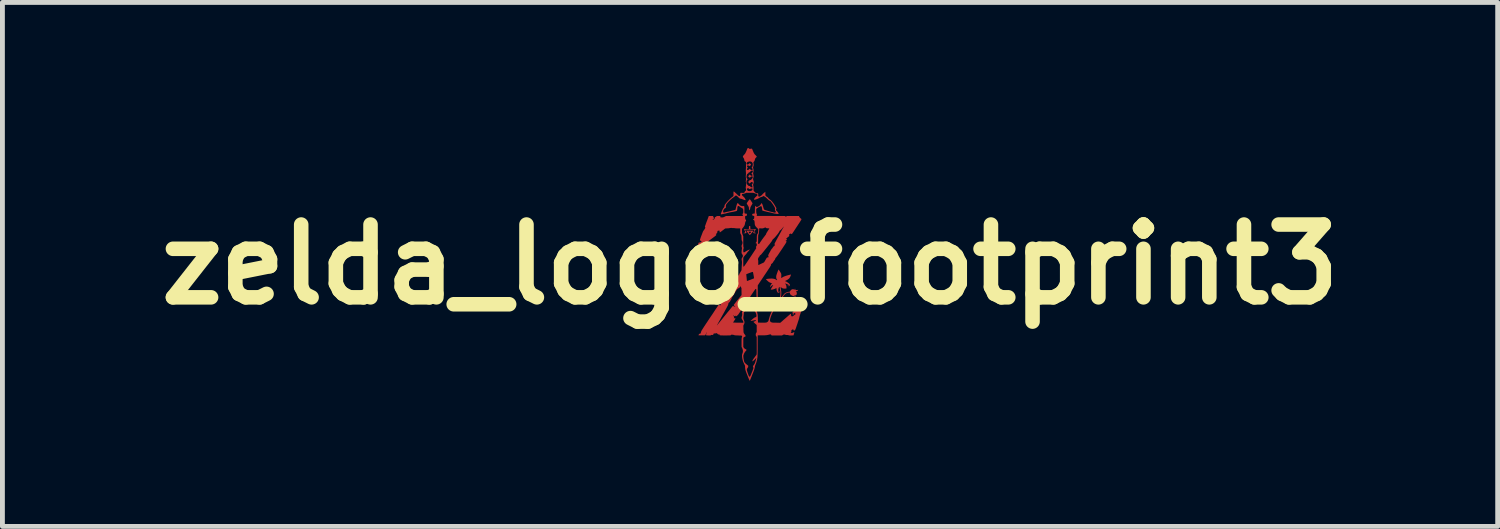
<source format=kicad_pcb>
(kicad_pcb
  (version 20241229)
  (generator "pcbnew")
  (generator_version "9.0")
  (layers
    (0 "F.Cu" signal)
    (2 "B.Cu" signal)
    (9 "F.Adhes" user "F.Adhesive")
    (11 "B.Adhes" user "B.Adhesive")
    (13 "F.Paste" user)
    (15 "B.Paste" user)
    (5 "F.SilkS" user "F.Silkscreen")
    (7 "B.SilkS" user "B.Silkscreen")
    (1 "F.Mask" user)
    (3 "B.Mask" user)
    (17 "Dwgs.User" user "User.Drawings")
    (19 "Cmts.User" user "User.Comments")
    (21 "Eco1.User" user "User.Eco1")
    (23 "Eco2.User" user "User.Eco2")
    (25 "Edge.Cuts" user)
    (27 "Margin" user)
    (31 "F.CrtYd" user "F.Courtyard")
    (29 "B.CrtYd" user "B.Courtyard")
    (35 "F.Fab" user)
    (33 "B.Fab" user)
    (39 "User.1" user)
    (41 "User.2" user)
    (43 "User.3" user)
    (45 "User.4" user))
  (footprint "zelda_logo_footprint3"
    (layer "F.Cu")
    (at 12.407 2.399)
    (property "Reference" "zelda_logo_footprint3" (at 0 0 0) (layer "F.SilkS") (effects (font (size 1.5 1.5) (thickness 0.3))))
    (attr board_only exclude_from_pos_files exclude_from_bom)
    (fp_poly (pts (xy -0.002 -1.34) (xy 0.004 -1.333) (xy 0.011 -1.323) (xy 0.019 -1.311) (xy 0.028 -1.298) (xy 0.036 -1.285) (xy 0.043 -1.274) (xy 0.048 -1.264) (xy 0.05 -1.257) (xy 0.05 -1.256) (xy 0.049 -1.252) (xy 0.045 -1.244) (xy 0.038 -1.233) (xy 0.031 -1.22) (xy 0.028 -1.216) (xy 0.019 -1.2) (xy 0.013 -1.188) (xy 0.008 -1.178) (xy 0.006 -1.17) (xy 0.004 -1.161) (xy 0.004 -1.16) (xy 0.002 -1.144) (xy -0.002 -1.131) (xy -0.005 -1.121) (xy -0.008 -1.117) (xy -0.009 -1.117) (xy -0.013 -1.119) (xy -0.016 -1.125) (xy -0.019 -1.132) (xy -0.021 -1.143) (xy -0.023 -1.155) (xy -0.023 -1.157) (xy -0.024 -1.167) (xy -0.025 -1.175) (xy -0.027 -1.182) (xy -0.03 -1.189) (xy -0.035 -1.198) (xy -0.042 -1.209) (xy -0.051 -1.224) (xy -0.058 -1.236) (xy -0.064 -1.247) (xy -0.067 -1.255) (xy -0.069 -1.258) (xy -0.067 -1.262) (xy -0.062 -1.27) (xy -0.055 -1.281) (xy -0.047 -1.293) (xy -0.045 -1.296) (xy -0.033 -1.312) (xy -0.024 -1.325) (xy -0.017 -1.333) (xy -0.012 -1.339) (xy -0.009 -1.341) (xy -0.006 -1.342) (xy -0.006 -1.342)) (stroke (width 0) (type solid)) (fill yes) (layer "F.Cu"))
    (fp_poly (pts (xy 0.048 -0.696) (xy 0.059 -0.696) (xy 0.066 -0.695) (xy 0.068 -0.695) (xy 0.067 -0.692) (xy 0.063 -0.685) (xy 0.056 -0.676) (xy 0.047 -0.664) (xy 0.037 -0.652) (xy 0.027 -0.639) (xy 0.017 -0.627) (xy 0.008 -0.617) (xy 0.001 -0.61) (xy -0.004 -0.605) (xy -0.005 -0.605) (xy -0.008 -0.607) (xy -0.014 -0.613) (xy -0.021 -0.622) (xy -0.028 -0.63) (xy -0.038 -0.641) (xy -0.046 -0.652) (xy -0.052 -0.661) (xy -0.055 -0.664) (xy -0.06 -0.672) (xy -0.032 -0.672) (xy -0.03 -0.668) (xy -0.026 -0.661) (xy -0.021 -0.652) (xy -0.016 -0.644) (xy -0.011 -0.638) (xy -0.008 -0.635) (xy -0.008 -0.635) (xy -0.005 -0.637) (xy 0.001 -0.643) (xy 0.009 -0.65) (xy 0.011 -0.652) (xy 0.019 -0.661) (xy 0.023 -0.667) (xy 0.024 -0.67) (xy 0.023 -0.672) (xy 0.018 -0.673) (xy 0.009 -0.674) (xy -0.002 -0.675) (xy -0.013 -0.675) (xy -0.023 -0.674) (xy -0.03 -0.673) (xy -0.032 -0.672) (xy -0.06 -0.672) (xy -0.061 -0.673) (xy -0.068 -0.682) (xy -0.07 -0.684) (xy -0.079 -0.695) (xy -0.006 -0.696) (xy 0.014 -0.696) (xy 0.032 -0.696)) (stroke (width 0) (type solid)) (fill yes) (layer "F.Cu"))
    (fp_poly (pts (xy -0.003 -0.793) (xy 0.001 -0.791) (xy 0.003 -0.789) (xy 0.004 -0.784) (xy 0.005 -0.776) (xy 0.005 -0.765) (xy 0.005 -0.752) (xy 0.005 -0.743) (xy 0.008 -0.736) (xy 0.012 -0.731) (xy 0.02 -0.729) (xy 0.031 -0.727) (xy 0.047 -0.727) (xy 0.068 -0.727) (xy 0.085 -0.727) (xy 0.1 -0.726) (xy 0.112 -0.726) (xy 0.119 -0.725) (xy 0.121 -0.725) (xy 0.121 -0.722) (xy 0.117 -0.715) (xy 0.113 -0.711) (xy 0.103 -0.698) (xy 0.096 -0.688) (xy 0.092 -0.681) (xy 0.09 -0.674) (xy 0.09 -0.667) (xy 0.09 -0.667) (xy 0.091 -0.658) (xy 0.094 -0.653) (xy 0.1 -0.651) (xy 0.111 -0.651) (xy 0.12 -0.65) (xy 0.123 -0.647) (xy 0.123 -0.646) (xy 0.122 -0.644) (xy 0.118 -0.642) (xy 0.109 -0.642) (xy 0.1 -0.641) (xy 0.083 -0.642) (xy 0.072 -0.645) (xy 0.066 -0.649) (xy 0.066 -0.652) (xy 0.067 -0.656) (xy 0.07 -0.665) (xy 0.075 -0.675) (xy 0.078 -0.681) (xy 0.083 -0.692) (xy 0.087 -0.702) (xy 0.089 -0.709) (xy 0.089 -0.711) (xy 0.089 -0.712) (xy 0.087 -0.714) (xy 0.083 -0.715) (xy 0.077 -0.715) (xy 0.067 -0.716) (xy 0.054 -0.716) (xy 0.036 -0.716) (xy 0.013 -0.717) (xy 0.003 -0.717) (xy -0.025 -0.717) (xy -0.048 -0.717) (xy -0.065 -0.717) (xy -0.078 -0.716) (xy -0.088 -0.715) (xy -0.094 -0.713) (xy -0.097 -0.711) (xy -0.099 -0.708) (xy -0.099 -0.706) (xy -0.097 -0.701) (xy -0.093 -0.693) (xy -0.087 -0.683) (xy -0.087 -0.682) (xy -0.079 -0.669) (xy -0.075 -0.659) (xy -0.075 -0.655) (xy -0.077 -0.649) (xy -0.081 -0.646) (xy -0.088 -0.643) (xy -0.099 -0.642) (xy -0.114 -0.642) (xy -0.126 -0.642) (xy -0.133 -0.643) (xy -0.135 -0.644) (xy -0.135 -0.645) (xy -0.131 -0.648) (xy -0.124 -0.651) (xy -0.119 -0.652) (xy -0.11 -0.654) (xy -0.105 -0.657) (xy -0.103 -0.662) (xy -0.103 -0.666) (xy -0.102 -0.675) (xy -0.104 -0.684) (xy -0.108 -0.693) (xy -0.116 -0.705) (xy -0.121 -0.714) (xy -0.124 -0.721) (xy -0.125 -0.724) (xy -0.121 -0.725) (xy -0.113 -0.726) (xy -0.1 -0.726) (xy -0.085 -0.727) (xy -0.076 -0.727) (xy -0.057 -0.727) (xy -0.043 -0.727) (xy -0.034 -0.729) (xy -0.028 -0.731) (xy -0.024 -0.736) (xy -0.023 -0.744) (xy -0.023 -0.755) (xy -0.023 -0.761) (xy -0.022 -0.777) (xy -0.019 -0.787) (xy -0.013 -0.792) (xy -0.005 -0.793)) (stroke (width 0) (type solid)) (fill yes) (layer "F.Cu"))
    (fp_poly (pts (xy -0.034 -2.398) (xy -0.027 -2.393) (xy -0.023 -2.39) (xy -0.017 -2.385) (xy -0.012 -2.382) (xy -0.006 -2.381) (xy 0.004 -2.382) (xy 0.006 -2.382) (xy 0.017 -2.384) (xy 0.027 -2.385) (xy 0.032 -2.386) (xy 0.035 -2.386) (xy 0.038 -2.385) (xy 0.041 -2.382) (xy 0.044 -2.376) (xy 0.049 -2.365) (xy 0.054 -2.352) (xy 0.064 -2.329) (xy 0.071 -2.312) (xy 0.077 -2.298) (xy 0.083 -2.288) (xy 0.088 -2.279) (xy 0.093 -2.272) (xy 0.099 -2.265) (xy 0.107 -2.257) (xy 0.113 -2.252) (xy 0.123 -2.241) (xy 0.131 -2.232) (xy 0.137 -2.225) (xy 0.139 -2.222) (xy 0.137 -2.217) (xy 0.131 -2.21) (xy 0.123 -2.201) (xy 0.122 -2.2) (xy 0.115 -2.194) (xy 0.11 -2.188) (xy 0.106 -2.181) (xy 0.103 -2.173) (xy 0.1 -2.162) (xy 0.096 -2.147) (xy 0.096 -2.146) (xy 0.089 -2.129) (xy 0.08 -2.119) (xy 0.073 -2.111) (xy 0.07 -2.106) (xy 0.069 -2.1) (xy 0.07 -2.092) (xy 0.072 -2.072) (xy 0.074 -2.057) (xy 0.074 -2.046) (xy 0.073 -2.036) (xy 0.071 -2.028) (xy 0.068 -2.022) (xy 0.063 -2.003) (xy 0.062 -1.987) (xy 0.067 -1.974) (xy 0.07 -1.964) (xy 0.071 -1.951) (xy 0.072 -1.935) (xy 0.071 -1.919) (xy 0.069 -1.905) (xy 0.067 -1.897) (xy 0.064 -1.891) (xy 0.063 -1.885) (xy 0.063 -1.879) (xy 0.064 -1.871) (xy 0.067 -1.858) (xy 0.068 -1.849) (xy 0.071 -1.834) (xy 0.073 -1.824) (xy 0.073 -1.816) (xy 0.073 -1.809) (xy 0.071 -1.802) (xy 0.07 -1.796) (xy 0.065 -1.777) (xy 0.063 -1.761) (xy 0.064 -1.749) (xy 0.067 -1.737) (xy 0.069 -1.734) (xy 0.075 -1.715) (xy 0.077 -1.697) (xy 0.074 -1.68) (xy 0.072 -1.673) (xy 0.066 -1.656) (xy 0.064 -1.642) (xy 0.064 -1.629) (xy 0.067 -1.617) (xy 0.067 -1.616) (xy 0.07 -1.607) (xy 0.071 -1.597) (xy 0.072 -1.584) (xy 0.072 -1.567) (xy 0.072 -1.56) (xy 0.072 -1.543) (xy 0.072 -1.532) (xy 0.073 -1.524) (xy 0.074 -1.52) (xy 0.076 -1.516) (xy 0.078 -1.514) (xy 0.085 -1.507) (xy 0.089 -1.5) (xy 0.094 -1.493) (xy 0.104 -1.484) (xy 0.116 -1.475) (xy 0.128 -1.468) (xy 0.129 -1.468) (xy 0.138 -1.465) (xy 0.146 -1.465) (xy 0.151 -1.466) (xy 0.158 -1.468) (xy 0.162 -1.467) (xy 0.165 -1.463) (xy 0.166 -1.46) (xy 0.167 -1.453) (xy 0.169 -1.441) (xy 0.169 -1.429) (xy 0.169 -1.427) (xy 0.169 -1.415) (xy 0.17 -1.408) (xy 0.171 -1.403) (xy 0.174 -1.401) (xy 0.177 -1.4) (xy 0.191 -1.397) (xy 0.203 -1.4) (xy 0.211 -1.405) (xy 0.219 -1.412) (xy 0.228 -1.417) (xy 0.228 -1.417) (xy 0.237 -1.423) (xy 0.247 -1.434) (xy 0.248 -1.435) (xy 0.257 -1.446) (xy 0.267 -1.457) (xy 0.273 -1.462) (xy 0.283 -1.471) (xy 0.295 -1.48) (xy 0.301 -1.486) (xy 0.315 -1.498) (xy 0.315 -1.467) (xy 0.316 -1.448) (xy 0.316 -1.433) (xy 0.318 -1.423) (xy 0.32 -1.416) (xy 0.324 -1.41) (xy 0.331 -1.404) (xy 0.339 -1.399) (xy 0.354 -1.389) (xy 0.365 -1.38) (xy 0.372 -1.373) (xy 0.377 -1.365) (xy 0.378 -1.364) (xy 0.383 -1.358) (xy 0.391 -1.35) (xy 0.402 -1.342) (xy 0.404 -1.341) (xy 0.429 -1.322) (xy 0.453 -1.297) (xy 0.477 -1.267) (xy 0.478 -1.266) (xy 0.487 -1.253) (xy 0.497 -1.238) (xy 0.507 -1.222) (xy 0.517 -1.205) (xy 0.526 -1.19) (xy 0.534 -1.176) (xy 0.54 -1.165) (xy 0.543 -1.157) (xy 0.544 -1.155) (xy 0.542 -1.148) (xy 0.539 -1.141) (xy 0.535 -1.132) (xy 0.535 -1.124) (xy 0.538 -1.115) (xy 0.546 -1.105) (xy 0.555 -1.096) (xy 0.565 -1.085) (xy 0.574 -1.074) (xy 0.581 -1.062) (xy 0.586 -1.052) (xy 0.589 -1.045) (xy 0.588 -1.041) (xy 0.583 -1.04) (xy 0.574 -1.04) (xy 0.561 -1.041) (xy 0.545 -1.043) (xy 0.528 -1.045) (xy 0.509 -1.048) (xy 0.492 -1.051) (xy 0.476 -1.055) (xy 0.462 -1.058) (xy 0.461 -1.058) (xy 0.445 -1.063) (xy 0.429 -1.067) (xy 0.416 -1.07) (xy 0.409 -1.071) (xy 0.399 -1.073) (xy 0.385 -1.076) (xy 0.368 -1.08) (xy 0.35 -1.084) (xy 0.331 -1.089) (xy 0.312 -1.094) (xy 0.294 -1.098) (xy 0.279 -1.103) (xy 0.266 -1.106) (xy 0.257 -1.109) (xy 0.254 -1.11) (xy 0.254 -1.11) (xy 0.253 -1.114) (xy 0.251 -1.123) (xy 0.249 -1.135) (xy 0.247 -1.15) (xy 0.247 -1.152) (xy 0.244 -1.17) (xy 0.242 -1.183) (xy 0.239 -1.191) (xy 0.236 -1.196) (xy 0.231 -1.198) (xy 0.224 -1.199) (xy 0.222 -1.199) (xy 0.215 -1.197) (xy 0.204 -1.193) (xy 0.191 -1.186) (xy 0.177 -1.179) (xy 0.163 -1.17) (xy 0.15 -1.162) (xy 0.14 -1.154) (xy 0.133 -1.148) (xy 0.13 -1.145) (xy 0.128 -1.141) (xy 0.127 -1.136) (xy 0.127 -1.129) (xy 0.127 -1.118) (xy 0.127 -1.102) (xy 0.127 -1.099) (xy 0.128 -1.081) (xy 0.129 -1.069) (xy 0.13 -1.059) (xy 0.132 -1.052) (xy 0.135 -1.044) (xy 0.137 -1.041) (xy 0.142 -1.027) (xy 0.144 -1.017) (xy 0.143 -1.011) (xy 0.137 -1.007) (xy 0.137 -1.006) (xy 0.131 -1.003) (xy 0.13 -1.001) (xy 0.135 -1) (xy 0.145 -0.999) (xy 0.156 -0.999) (xy 0.163 -0.999) (xy 0.176 -0.999) (xy 0.194 -0.999) (xy 0.216 -0.999) (xy 0.242 -0.999) (xy 0.273 -0.999) (xy 0.306 -0.999) (xy 0.342 -0.999) (xy 0.38 -0.999) (xy 0.42 -0.999) (xy 0.457 -0.998) (xy 0.73 -0.997) (xy 0.728 -0.99) (xy 0.729 -0.984) (xy 0.733 -0.983) (xy 0.741 -0.985) (xy 0.749 -0.99) (xy 0.761 -0.998) (xy 0.885 -0.998) (xy 1.009 -0.998) (xy 1.011 -0.988) (xy 1.016 -0.978) (xy 1.025 -0.966) (xy 1.037 -0.953) (xy 1.048 -0.944) (xy 1.06 -0.935) (xy 1.055 -0.921) (xy 1.053 -0.917) (xy 1.048 -0.908) (xy 1.04 -0.895) (xy 1.03 -0.879) (xy 1.018 -0.86) (xy 1.004 -0.839) (xy 0.989 -0.817) (xy 0.974 -0.793) (xy 0.958 -0.769) (xy 0.942 -0.745) (xy 0.927 -0.721) (xy 0.912 -0.699) (xy 0.899 -0.679) (xy 0.887 -0.661) (xy 0.877 -0.646) (xy 0.869 -0.635) (xy 0.864 -0.628) (xy 0.862 -0.626) (xy 0.859 -0.624) (xy 0.855 -0.625) (xy 0.851 -0.629) (xy 0.844 -0.634) (xy 0.836 -0.635) (xy 0.827 -0.632) (xy 0.819 -0.627) (xy 0.805 -0.619) (xy 0.807 -0.606) (xy 0.808 -0.591) (xy 0.804 -0.58) (xy 0.796 -0.573) (xy 0.791 -0.571) (xy 0.781 -0.566) (xy 0.772 -0.557) (xy 0.771 -0.555) (xy 0.763 -0.545) (xy 0.754 -0.537) (xy 0.751 -0.534) (xy 0.744 -0.53) (xy 0.74 -0.526) (xy 0.739 -0.525) (xy 0.742 -0.524) (xy 0.748 -0.521) (xy 0.75 -0.521) (xy 0.758 -0.518) (xy 0.761 -0.514) (xy 0.762 -0.511) (xy 0.76 -0.505) (xy 0.756 -0.501) (xy 0.747 -0.496) (xy 0.739 -0.492) (xy 0.734 -0.488) (xy 0.733 -0.486) (xy 0.735 -0.483) (xy 0.741 -0.48) (xy 0.742 -0.48) (xy 0.746 -0.478) (xy 0.749 -0.477) (xy 0.751 -0.474) (xy 0.752 -0.471) (xy 0.751 -0.467) (xy 0.749 -0.461) (xy 0.745 -0.453) (xy 0.74 -0.443) (xy 0.732 -0.43) (xy 0.722 -0.414) (xy 0.709 -0.394) (xy 0.693 -0.371) (xy 0.675 -0.343) (xy 0.653 -0.31) (xy 0.65 -0.306) (xy 0.626 -0.27) (xy 0.605 -0.239) (xy 0.587 -0.212) (xy 0.572 -0.19) (xy 0.559 -0.173) (xy 0.549 -0.16) (xy 0.542 -0.15) (xy 0.537 -0.145) (xy 0.536 -0.143) (xy 0.526 -0.134) (xy 0.522 -0.125) (xy 0.516 -0.108) (xy 0.509 -0.094) (xy 0.501 -0.085) (xy 0.497 -0.08) (xy 0.49 -0.071) (xy 0.483 -0.06) (xy 0.482 -0.058) (xy 0.473 -0.043) (xy 0.466 -0.032) (xy 0.458 -0.024) (xy 0.449 -0.017) (xy 0.444 -0.013) (xy 0.436 -0.007) (xy 0.433 -0.002) (xy 0.431 0.004) (xy 0.431 0.009) (xy 0.431 0.011) (xy 0.431 0.013) (xy 0.431 0.014) (xy 0.431 0.016) (xy 0.43 0.019) (xy 0.429 0.022) (xy 0.426 0.027) (xy 0.423 0.033) (xy 0.418 0.04) (xy 0.412 0.05) (xy 0.405 0.062) (xy 0.396 0.076) (xy 0.384 0.093) (xy 0.371 0.113) (xy 0.356 0.136) (xy 0.338 0.163) (xy 0.318 0.193) (xy 0.294 0.228) (xy 0.268 0.268) (xy 0.239 0.311) (xy 0.224 0.333) (xy 0.159 0.432) (xy 0.158 0.661) (xy 0.158 0.705) (xy 0.158 0.743) (xy 0.158 0.776) (xy 0.158 0.804) (xy 0.158 0.828) (xy 0.158 0.847) (xy 0.157 0.863) (xy 0.156 0.876) (xy 0.156 0.886) (xy 0.154 0.893) (xy 0.153 0.898) (xy 0.151 0.902) (xy 0.149 0.905) (xy 0.146 0.906) (xy 0.143 0.908) (xy 0.14 0.909) (xy 0.139 0.909) (xy 0.133 0.913) (xy 0.13 0.917) (xy 0.129 0.926) (xy 0.131 0.937) (xy 0.135 0.947) (xy 0.136 0.948) (xy 0.139 0.956) (xy 0.142 0.967) (xy 0.145 0.979) (xy 0.147 0.991) (xy 0.149 1.001) (xy 0.151 1.008) (xy 0.153 1.017) (xy 0.156 1.029) (xy 0.158 1.044) (xy 0.159 1.064) (xy 0.161 1.087) (xy 0.161 1.116) (xy 0.162 1.124) (xy 0.162 1.145) (xy 0.163 1.163) (xy 0.163 1.178) (xy 0.164 1.19) (xy 0.164 1.197) (xy 0.164 1.198) (xy 0.168 1.199) (xy 0.176 1.199) (xy 0.189 1.199) (xy 0.206 1.2) (xy 0.225 1.2) (xy 0.246 1.2) (xy 0.271 1.2) (xy 0.29 1.2) (xy 0.305 1.2) (xy 0.317 1.199) (xy 0.326 1.199) (xy 0.333 1.198) (xy 0.339 1.196) (xy 0.342 1.195) (xy 0.359 1.186) (xy 0.372 1.173) (xy 0.381 1.156) (xy 0.382 1.152) (xy 0.394 1.108) (xy 0.406 1.07) (xy 0.419 1.035) (xy 0.432 1.004) (xy 0.446 0.974) (xy 0.461 0.946) (xy 0.466 0.938) (xy 0.474 0.923) (xy 0.482 0.907) (xy 0.489 0.891) (xy 0.492 0.883) (xy 0.497 0.869) (xy 0.498 0.859) (xy 0.497 0.854) (xy 0.491 0.853) (xy 0.481 0.854) (xy 0.472 0.856) (xy 0.448 0.86) (xy 0.422 0.86) (xy 0.396 0.856) (xy 0.372 0.848) (xy 0.359 0.842) (xy 0.347 0.835) (xy 0.357 0.834) (xy 0.365 0.832) (xy 0.367 0.83) (xy 0.363 0.828) (xy 0.353 0.826) (xy 0.353 0.825) (xy 0.343 0.823) (xy 0.338 0.82) (xy 0.339 0.817) (xy 0.346 0.815) (xy 0.349 0.814) (xy 0.357 0.813) (xy 0.363 0.811) (xy 0.363 0.811) (xy 0.362 0.808) (xy 0.357 0.802) (xy 0.349 0.793) (xy 0.339 0.782) (xy 0.335 0.779) (xy 0.324 0.768) (xy 0.316 0.758) (xy 0.31 0.751) (xy 0.307 0.747) (xy 0.307 0.747) (xy 0.31 0.747) (xy 0.318 0.75) (xy 0.328 0.755) (xy 0.339 0.761) (xy 0.352 0.768) (xy 0.363 0.775) (xy 0.372 0.781) (xy 0.382 0.788) (xy 0.392 0.796) (xy 0.398 0.8) (xy 0.402 0.803) (xy 0.405 0.804) (xy 0.405 0.803) (xy 0.402 0.799) (xy 0.396 0.791) (xy 0.386 0.78) (xy 0.38 0.773) (xy 0.372 0.763) (xy 0.366 0.755) (xy 0.363 0.75) (xy 0.362 0.749) (xy 0.365 0.75) (xy 0.371 0.754) (xy 0.376 0.758) (xy 0.383 0.764) (xy 0.388 0.768) (xy 0.39 0.769) (xy 0.39 0.767) (xy 0.387 0.76) (xy 0.382 0.751) (xy 0.381 0.748) (xy 0.376 0.737) (xy 0.372 0.729) (xy 0.371 0.725) (xy 0.371 0.725) (xy 0.374 0.726) (xy 0.38 0.731) (xy 0.389 0.739) (xy 0.4 0.75) (xy 0.412 0.761) (xy 0.426 0.774) (xy 0.438 0.785) (xy 0.449 0.795) (xy 0.457 0.801) (xy 0.461 0.804) (xy 0.469 0.807) (xy 0.48 0.81) (xy 0.493 0.812) (xy 0.505 0.814) (xy 0.516 0.815) (xy 0.524 0.817) (xy 0.524 0.817) (xy 0.53 0.818) (xy 0.531 0.817) (xy 0.527 0.814) (xy 0.525 0.811) (xy 0.523 0.807) (xy 0.523 0.801) (xy 0.523 0.791) (xy 0.523 0.779) (xy 0.526 0.755) (xy 0.53 0.736) (xy 0.532 0.732) (xy 0.536 0.721) (xy 0.54 0.716) (xy 0.543 0.716) (xy 0.545 0.721) (xy 0.545 0.723) (xy 0.547 0.731) (xy 0.552 0.722) (xy 0.557 0.713) (xy 0.566 0.733) (xy 0.571 0.745) (xy 0.573 0.755) (xy 0.573 0.764) (xy 0.573 0.766) (xy 0.572 0.773) (xy 0.572 0.778) (xy 0.573 0.779) (xy 0.575 0.776) (xy 0.578 0.769) (xy 0.584 0.758) (xy 0.589 0.744) (xy 0.596 0.729) (xy 0.601 0.717) (xy 0.615 0.674) (xy 0.623 0.632) (xy 0.625 0.591) (xy 0.622 0.552) (xy 0.622 0.552) (xy 0.618 0.524) (xy 0.614 0.503) (xy 0.611 0.486) (xy 0.609 0.474) (xy 0.606 0.467) (xy 0.604 0.464) (xy 0.602 0.464) (xy 0.599 0.467) (xy 0.596 0.473) (xy 0.592 0.482) (xy 0.591 0.485) (xy 0.585 0.501) (xy 0.582 0.52) (xy 0.582 0.539) (xy 0.584 0.556) (xy 0.588 0.569) (xy 0.589 0.57) (xy 0.595 0.582) (xy 0.598 0.574) (xy 0.601 0.566) (xy 0.603 0.556) (xy 0.604 0.555) (xy 0.606 0.542) (xy 0.609 0.554) (xy 0.61 0.567) (xy 0.605 0.577) (xy 0.596 0.583) (xy 0.592 0.585) (xy 0.583 0.586) (xy 0.576 0.585) (xy 0.57 0.58) (xy 0.564 0.57) (xy 0.56 0.563) (xy 0.554 0.549) (xy 0.549 0.533) (xy 0.546 0.516) (xy 0.544 0.502) (xy 0.545 0.495) (xy 0.546 0.489) (xy 0.545 0.486) (xy 0.545 0.487) (xy 0.541 0.488) (xy 0.533 0.492) (xy 0.524 0.497) (xy 0.523 0.498) (xy 0.504 0.506) (xy 0.483 0.513) (xy 0.462 0.518) (xy 0.443 0.52) (xy 0.441 0.52) (xy 0.432 0.519) (xy 0.426 0.519) (xy 0.425 0.518) (xy 0.427 0.514) (xy 0.431 0.505) (xy 0.439 0.492) (xy 0.449 0.474) (xy 0.462 0.453) (xy 0.464 0.45) (xy 0.47 0.439) (xy 0.474 0.431) (xy 0.477 0.426) (xy 0.477 0.425) (xy 0.475 0.424) (xy 0.469 0.426) (xy 0.46 0.43) (xy 0.451 0.435) (xy 0.442 0.442) (xy 0.441 0.442) (xy 0.433 0.45) (xy 0.427 0.458) (xy 0.425 0.462) (xy 0.42 0.469) (xy 0.418 0.471) (xy 0.416 0.466) (xy 0.416 0.457) (xy 0.416 0.452) (xy 0.419 0.441) (xy 0.425 0.427) (xy 0.433 0.413) (xy 0.443 0.402) (xy 0.443 0.401) (xy 0.456 0.389) (xy 0.444 0.387) (xy 0.436 0.385) (xy 0.425 0.38) (xy 0.412 0.375) (xy 0.408 0.373) (xy 0.394 0.366) (xy 0.382 0.358) (xy 0.37 0.348) (xy 0.356 0.335) (xy 0.354 0.334) (xy 0.341 0.321) (xy 0.333 0.312) (xy 0.329 0.306) (xy 0.329 0.304) (xy 0.334 0.302) (xy 0.343 0.3) (xy 0.356 0.298) (xy 0.372 0.296) (xy 0.389 0.294) (xy 0.406 0.293) (xy 0.423 0.292) (xy 0.437 0.291) (xy 0.441 0.291) (xy 0.47 0.293) (xy 0.493 0.297) (xy 0.506 0.301) (xy 0.519 0.306) (xy 0.531 0.311) (xy 0.539 0.316) (xy 0.544 0.321) (xy 0.544 0.322) (xy 0.546 0.324) (xy 0.551 0.324) (xy 0.556 0.32) (xy 0.556 0.32) (xy 0.558 0.316) (xy 0.557 0.312) (xy 0.552 0.308) (xy 0.548 0.304) (xy 0.545 0.297) (xy 0.542 0.288) (xy 0.54 0.278) (xy 0.539 0.262) (xy 0.539 0.245) (xy 0.542 0.227) (xy 0.548 0.207) (xy 0.556 0.183) (xy 0.565 0.158) (xy 0.571 0.142) (xy 0.577 0.128) (xy 0.581 0.117) (xy 0.583 0.11) (xy 0.584 0.108) (xy 0.585 0.105) (xy 0.586 0.105) (xy 0.589 0.108) (xy 0.594 0.114) (xy 0.601 0.124) (xy 0.609 0.136) (xy 0.617 0.148) (xy 0.625 0.161) (xy 0.632 0.172) (xy 0.637 0.182) (xy 0.637 0.183) (xy 0.641 0.19) (xy 0.643 0.197) (xy 0.644 0.204) (xy 0.644 0.212) (xy 0.644 0.224) (xy 0.644 0.239) (xy 0.643 0.257) (xy 0.643 0.27) (xy 0.645 0.277) (xy 0.647 0.28) (xy 0.651 0.279) (xy 0.658 0.275) (xy 0.66 0.272) (xy 0.674 0.262) (xy 0.694 0.252) (xy 0.72 0.242) (xy 0.746 0.233) (xy 0.763 0.228) (xy 0.78 0.223) (xy 0.797 0.219) (xy 0.813 0.215) (xy 0.827 0.211) (xy 0.837 0.21) (xy 0.843 0.209) (xy 0.844 0.209) (xy 0.844 0.213) (xy 0.841 0.22) (xy 0.837 0.231) (xy 0.833 0.243) (xy 0.827 0.255) (xy 0.822 0.266) (xy 0.818 0.273) (xy 0.803 0.292) (xy 0.782 0.309) (xy 0.756 0.325) (xy 0.749 0.328) (xy 0.734 0.335) (xy 0.725 0.341) (xy 0.721 0.344) (xy 0.722 0.346) (xy 0.725 0.346) (xy 0.733 0.348) (xy 0.745 0.353) (xy 0.759 0.361) (xy 0.773 0.371) (xy 0.788 0.381) (xy 0.801 0.392) (xy 0.811 0.402) (xy 0.817 0.41) (xy 0.819 0.412) (xy 0.82 0.424) (xy 0.818 0.435) (xy 0.812 0.444) (xy 0.81 0.445) (xy 0.805 0.448) (xy 0.799 0.449) (xy 0.79 0.447) (xy 0.789 0.446) (xy 0.78 0.443) (xy 0.774 0.44) (xy 0.774 0.438) (xy 0.778 0.437) (xy 0.78 0.437) (xy 0.794 0.438) (xy 0.803 0.437) (xy 0.808 0.435) (xy 0.809 0.434) (xy 0.806 0.43) (xy 0.799 0.425) (xy 0.788 0.418) (xy 0.776 0.412) (xy 0.762 0.406) (xy 0.749 0.4) (xy 0.737 0.396) (xy 0.727 0.395) (xy 0.726 0.395) (xy 0.722 0.395) (xy 0.722 0.397) (xy 0.725 0.401) (xy 0.727 0.403) (xy 0.737 0.415) (xy 0.744 0.429) (xy 0.748 0.445) (xy 0.75 0.465) (xy 0.752 0.494) (xy 0.742 0.496) (xy 0.729 0.498) (xy 0.714 0.498) (xy 0.699 0.498) (xy 0.685 0.496) (xy 0.674 0.494) (xy 0.673 0.494) (xy 0.664 0.489) (xy 0.654 0.482) (xy 0.645 0.477) (xy 0.637 0.471) (xy 0.631 0.468) (xy 0.629 0.467) (xy 0.629 0.467) (xy 0.63 0.471) (xy 0.631 0.48) (xy 0.633 0.493) (xy 0.635 0.508) (xy 0.637 0.519) (xy 0.642 0.553) (xy 0.644 0.583) (xy 0.644 0.61) (xy 0.642 0.635) (xy 0.637 0.66) (xy 0.63 0.685) (xy 0.629 0.69) (xy 0.626 0.7) (xy 0.624 0.707) (xy 0.624 0.71) (xy 0.626 0.709) (xy 0.631 0.703) (xy 0.637 0.696) (xy 0.656 0.669) (xy 0.673 0.646) (xy 0.687 0.629) (xy 0.698 0.615) (xy 0.708 0.604) (xy 0.715 0.597) (xy 0.72 0.593) (xy 0.744 0.58) (xy 0.772 0.57) (xy 0.797 0.564) (xy 0.81 0.562) (xy 0.818 0.56) (xy 0.822 0.557) (xy 0.823 0.556) (xy 0.827 0.548) (xy 0.835 0.538) (xy 0.844 0.528) (xy 0.853 0.52) (xy 0.857 0.517) (xy 0.867 0.513) (xy 0.879 0.511) (xy 0.893 0.512) (xy 0.908 0.515) (xy 0.918 0.517) (xy 0.925 0.518) (xy 0.927 0.518) (xy 0.927 0.515) (xy 0.926 0.508) (xy 0.925 0.506) (xy 0.923 0.499) (xy 0.924 0.497) (xy 0.927 0.498) (xy 0.93 0.504) (xy 0.932 0.512) (xy 0.933 0.514) (xy 0.934 0.521) (xy 0.937 0.525) (xy 0.944 0.527) (xy 0.948 0.527) (xy 0.965 0.528) (xy 0.98 0.526) (xy 0.987 0.524) (xy 0.99 0.523) (xy 0.991 0.525) (xy 0.988 0.53) (xy 0.988 0.531) (xy 0.981 0.541) (xy 0.971 0.546) (xy 0.96 0.547) (xy 0.953 0.547) (xy 0.95 0.549) (xy 0.95 0.549) (xy 0.959 0.571) (xy 0.963 0.59) (xy 0.963 0.608) (xy 0.961 0.613) (xy 0.957 0.624) (xy 0.95 0.631) (xy 0.938 0.637) (xy 0.922 0.641) (xy 0.919 0.642) (xy 0.909 0.644) (xy 0.904 0.646) (xy 0.906 0.648) (xy 0.913 0.651) (xy 0.92 0.652) (xy 0.929 0.654) (xy 0.935 0.657) (xy 0.936 0.657) (xy 0.939 0.663) (xy 0.94 0.671) (xy 0.939 0.68) (xy 0.937 0.684) (xy 0.935 0.686) (xy 0.934 0.683) (xy 0.934 0.681) (xy 0.932 0.67) (xy 0.925 0.663) (xy 0.913 0.658) (xy 0.904 0.656) (xy 0.888 0.652) (xy 0.871 0.646) (xy 0.854 0.637) (xy 0.841 0.628) (xy 0.834 0.622) (xy 0.827 0.611) (xy 0.822 0.597) (xy 0.822 0.595) (xy 0.818 0.583) (xy 0.815 0.578) (xy 0.813 0.577) (xy 0.804 0.578) (xy 0.791 0.581) (xy 0.777 0.584) (xy 0.763 0.589) (xy 0.752 0.593) (xy 0.748 0.594) (xy 0.738 0.6) (xy 0.728 0.606) (xy 0.719 0.614) (xy 0.71 0.625) (xy 0.698 0.639) (xy 0.689 0.652) (xy 0.68 0.664) (xy 0.67 0.678) (xy 0.659 0.694) (xy 0.648 0.71) (xy 0.638 0.726) (xy 0.629 0.74) (xy 0.622 0.752) (xy 0.617 0.761) (xy 0.614 0.767) (xy 0.614 0.767) (xy 0.616 0.768) (xy 0.624 0.767) (xy 0.636 0.761) (xy 0.642 0.758) (xy 0.651 0.754) (xy 0.655 0.753) (xy 0.656 0.754) (xy 0.655 0.757) (xy 0.654 0.762) (xy 0.656 0.763) (xy 0.66 0.76) (xy 0.668 0.754) (xy 0.672 0.751) (xy 0.68 0.744) (xy 0.686 0.74) (xy 0.689 0.74) (xy 0.689 0.743) (xy 0.686 0.75) (xy 0.684 0.754) (xy 0.68 0.763) (xy 0.678 0.767) (xy 0.68 0.768) (xy 0.685 0.767) (xy 0.686 0.766) (xy 0.692 0.765) (xy 0.693 0.767) (xy 0.689 0.773) (xy 0.688 0.774) (xy 0.681 0.781) (xy 0.672 0.785) (xy 0.66 0.788) (xy 0.653 0.789) (xy 0.64 0.791) (xy 0.629 0.794) (xy 0.622 0.797) (xy 0.62 0.8) (xy 0.623 0.802) (xy 0.631 0.803) (xy 0.643 0.804) (xy 0.658 0.805) (xy 0.675 0.805) (xy 0.693 0.805) (xy 0.71 0.805) (xy 0.727 0.804) (xy 0.742 0.803) (xy 0.753 0.801) (xy 0.76 0.8) (xy 0.768 0.797) (xy 0.771 0.798) (xy 0.769 0.801) (xy 0.762 0.806) (xy 0.759 0.808) (xy 0.751 0.814) (xy 0.747 0.819) (xy 0.747 0.821) (xy 0.746 0.823) (xy 0.743 0.824) (xy 0.735 0.824) (xy 0.729 0.823) (xy 0.706 0.821) (xy 0.685 0.82) (xy 0.666 0.819) (xy 0.652 0.819) (xy 0.642 0.82) (xy 0.638 0.82) (xy 0.634 0.822) (xy 0.634 0.824) (xy 0.639 0.826) (xy 0.643 0.827) (xy 0.654 0.83) (xy 0.669 0.832) (xy 0.685 0.835) (xy 0.702 0.837) (xy 0.716 0.839) (xy 0.726 0.839) (xy 0.734 0.84) (xy 0.74 0.842) (xy 0.74 0.842) (xy 0.74 0.846) (xy 0.734 0.848) (xy 0.723 0.849) (xy 0.709 0.85) (xy 0.692 0.85) (xy 0.673 0.849) (xy 0.653 0.847) (xy 0.632 0.844) (xy 0.621 0.843) (xy 0.606 0.84) (xy 0.592 0.838) (xy 0.581 0.837) (xy 0.574 0.837) (xy 0.573 0.837) (xy 0.57 0.839) (xy 0.571 0.842) (xy 0.576 0.845) (xy 0.577 0.846) (xy 0.586 0.851) (xy 0.597 0.857) (xy 0.601 0.859) (xy 0.609 0.863) (xy 0.615 0.865) (xy 0.621 0.865) (xy 0.629 0.864) (xy 0.64 0.862) (xy 0.656 0.86) (xy 0.668 0.86) (xy 0.675 0.861) (xy 0.678 0.864) (xy 0.675 0.868) (xy 0.67 0.872) (xy 0.663 0.877) (xy 0.669 0.886) (xy 0.673 0.892) (xy 0.673 0.896) (xy 0.672 0.898) (xy 0.663 0.9) (xy 0.65 0.9) (xy 0.635 0.897) (xy 0.619 0.892) (xy 0.604 0.886) (xy 0.59 0.878) (xy 0.59 0.878) (xy 0.574 0.867) (xy 0.576 0.88) (xy 0.576 0.893) (xy 0.574 0.908) (xy 0.569 0.921) (xy 0.563 0.932) (xy 0.562 0.933) (xy 0.555 0.938) (xy 0.545 0.94) (xy 0.531 0.939) (xy 0.516 0.935) (xy 0.509 0.933) (xy 0.503 0.932) (xy 0.499 0.933) (xy 0.495 0.935) (xy 0.491 0.94) (xy 0.486 0.948) (xy 0.479 0.96) (xy 0.471 0.977) (xy 0.466 0.987) (xy 0.453 1.015) (xy 0.442 1.042) (xy 0.431 1.069) (xy 0.423 1.094) (xy 0.416 1.117) (xy 0.412 1.137) (xy 0.41 1.152) (xy 0.411 1.159) (xy 0.414 1.171) (xy 0.421 1.181) (xy 0.433 1.189) (xy 0.441 1.193) (xy 0.446 1.195) (xy 0.451 1.197) (xy 0.457 1.198) (xy 0.465 1.199) (xy 0.474 1.2) (xy 0.488 1.201) (xy 0.505 1.201) (xy 0.527 1.201) (xy 0.539 1.201) (xy 0.622 1.203) (xy 0.637 1.191) (xy 0.647 1.182) (xy 0.659 1.172) (xy 0.67 1.162) (xy 0.67 1.162) (xy 0.676 1.157) (xy 0.686 1.148) (xy 0.699 1.136) (xy 0.715 1.123) (xy 0.731 1.108) (xy 0.749 1.093) (xy 0.766 1.078) (xy 0.783 1.063) (xy 0.798 1.05) (xy 0.81 1.039) (xy 0.82 1.031) (xy 0.823 1.028) (xy 0.83 1.024) (xy 0.837 1.021) (xy 0.843 1.02) (xy 0.845 1.022) (xy 0.844 1.028) (xy 0.844 1.029) (xy 0.844 1.038) (xy 0.846 1.049) (xy 0.849 1.059) (xy 0.853 1.066) (xy 0.856 1.069) (xy 0.865 1.071) (xy 0.876 1.069) (xy 0.889 1.062) (xy 0.905 1.049) (xy 0.91 1.045) (xy 0.919 1.037) (xy 0.927 1.031) (xy 0.933 1.028) (xy 0.934 1.028) (xy 0.938 1.028) (xy 0.94 1.026) (xy 0.938 1.021) (xy 0.933 1.013) (xy 0.929 1.005) (xy 0.924 1.002) (xy 0.919 1.002) (xy 0.917 1.002) (xy 0.905 1.006) (xy 0.898 1.012) (xy 0.895 1.022) (xy 0.894 1.027) (xy 0.894 1.041) (xy 0.885 1.036) (xy 0.878 1.031) (xy 0.877 1.027) (xy 0.878 1.026) (xy 0.881 1.016) (xy 0.881 1.009) (xy 0.878 1.001) (xy 0.875 0.994) (xy 0.873 0.99) (xy 0.873 0.989) (xy 0.875 0.986) (xy 0.882 0.98) (xy 0.893 0.969) (xy 0.907 0.956) (xy 0.925 0.94) (xy 0.947 0.921) (xy 0.957 0.912) (xy 0.962 0.908) (xy 0.97 0.9) (xy 0.982 0.89) (xy 0.996 0.878) (xy 1.011 0.865) (xy 1.018 0.859) (xy 1.033 0.846) (xy 1.046 0.834) (xy 1.057 0.824) (xy 1.066 0.817) (xy 1.07 0.813) (xy 1.071 0.812) (xy 1.075 0.808) (xy 1.082 0.802) (xy 1.09 0.795) (xy 1.099 0.788) (xy 1.106 0.782) (xy 1.11 0.779) (xy 1.111 0.779) (xy 1.113 0.781) (xy 1.112 0.785) (xy 1.11 0.792) (xy 1.106 0.803) (xy 1.102 0.819) (xy 1.095 0.838) (xy 1.088 0.859) (xy 1.081 0.883) (xy 1.073 0.907) (xy 1.065 0.932) (xy 1.057 0.957) (xy 1.049 0.98) (xy 1.043 1.001) (xy 1.037 1.019) (xy 1.032 1.033) (xy 1.03 1.039) (xy 1.024 1.056) (xy 1.02 1.072) (xy 1.016 1.085) (xy 1.014 1.095) (xy 1.014 1.098) (xy 1.013 1.104) (xy 1.01 1.114) (xy 1.006 1.128) (xy 1 1.147) (xy 0.993 1.168) (xy 0.985 1.192) (xy 0.977 1.218) (xy 0.973 1.231) (xy 0.962 1.261) (xy 0.954 1.286) (xy 0.947 1.307) (xy 0.941 1.323) (xy 0.936 1.335) (xy 0.932 1.344) (xy 0.928 1.351) (xy 0.925 1.355) (xy 0.921 1.358) (xy 0.916 1.36) (xy 0.912 1.361) (xy 0.906 1.362) (xy 0.905 1.362) (xy 0.898 1.363) (xy 0.895 1.363) (xy 0.896 1.36) (xy 0.897 1.358) (xy 0.9 1.351) (xy 0.899 1.347) (xy 0.893 1.344) (xy 0.887 1.342) (xy 0.878 1.34) (xy 0.872 1.341) (xy 0.866 1.344) (xy 0.86 1.351) (xy 0.854 1.36) (xy 0.845 1.373) (xy 0.851 1.382) (xy 0.855 1.389) (xy 0.854 1.393) (xy 0.848 1.394) (xy 0.845 1.394) (xy 0.839 1.394) (xy 0.836 1.396) (xy 0.839 1.399) (xy 0.844 1.404) (xy 0.85 1.41) (xy 0.856 1.414) (xy 0.86 1.415) (xy 0.864 1.414) (xy 0.872 1.411) (xy 0.882 1.406) (xy 0.883 1.406) (xy 0.894 1.401) (xy 0.903 1.398) (xy 0.909 1.398) (xy 0.909 1.398) (xy 0.912 1.398) (xy 0.913 1.4) (xy 0.913 1.404) (xy 0.911 1.412) (xy 0.907 1.423) (xy 0.905 1.431) (xy 0.895 1.463) (xy 0.849 1.464) (xy 0.83 1.464) (xy 0.817 1.464) (xy 0.808 1.463) (xy 0.801 1.462) (xy 0.797 1.461) (xy 0.794 1.459) (xy 0.788 1.456) (xy 0.779 1.455) (xy 0.765 1.454) (xy 0.765 1.455) (xy 0.745 1.454) (xy 0.728 1.45) (xy 0.726 1.449) (xy 0.714 1.446) (xy 0.706 1.444) (xy 0.696 1.445) (xy 0.692 1.446) (xy 0.681 1.45) (xy 0.672 1.455) (xy 0.669 1.457) (xy 0.661 1.464) (xy 0.552 1.464) (xy 0.443 1.464) (xy 0.44 1.457) (xy 0.435 1.45) (xy 0.428 1.445) (xy 0.424 1.442) (xy 0.419 1.441) (xy 0.414 1.442) (xy 0.405 1.444) (xy 0.393 1.447) (xy 0.391 1.448) (xy 0.373 1.452) (xy 0.355 1.456) (xy 0.336 1.459) (xy 0.315 1.46) (xy 0.291 1.462) (xy 0.264 1.462) (xy 0.233 1.462) (xy 0.158 1.462) (xy 0.157 1.654) (xy 0.157 1.69) (xy 0.157 1.724) (xy 0.157 1.757) (xy 0.156 1.788) (xy 0.156 1.816) (xy 0.155 1.841) (xy 0.155 1.862) (xy 0.154 1.878) (xy 0.154 1.889) (xy 0.151 1.921) (xy 0.146 1.954) (xy 0.138 1.987) (xy 0.13 2.018) (xy 0.12 2.047) (xy 0.11 2.07) (xy 0.104 2.086) (xy 0.1 2.106) (xy 0.099 2.111) (xy 0.098 2.122) (xy 0.095 2.134) (xy 0.092 2.146) (xy 0.088 2.16) (xy 0.082 2.177) (xy 0.075 2.197) (xy 0.066 2.221) (xy 0.056 2.247) (xy 0.047 2.269) (xy 0.038 2.292) (xy 0.029 2.316) (xy 0.02 2.336) (xy 0.014 2.354) (xy 0.014 2.354) (xy 0.007 2.369) (xy 0.002 2.382) (xy -0.003 2.392) (xy -0.006 2.398) (xy -0.007 2.399) (xy -0.009 2.396) (xy -0.012 2.389) (xy -0.018 2.377) (xy -0.024 2.362) (xy -0.032 2.344) (xy -0.04 2.323) (xy -0.042 2.318) (xy -0.055 2.286) (xy -0.066 2.258) (xy -0.075 2.235) (xy -0.082 2.216) (xy -0.088 2.2) (xy -0.092 2.187) (xy -0.095 2.175) (xy -0.098 2.165) (xy -0.099 2.156) (xy -0.1 2.146) (xy -0.101 2.137) (xy -0.102 2.127) (xy -0.104 2.087) (xy -0.121 2.054) (xy -0.134 2.025) (xy -0.145 1.998) (xy -0.153 1.969) (xy -0.16 1.938) (xy -0.164 1.912) (xy -0.166 1.89) (xy -0.166 1.872) (xy -0.164 1.856) (xy -0.159 1.841) (xy -0.15 1.814) (xy -0.147 1.789) (xy -0.149 1.765) (xy -0.156 1.74) (xy -0.163 1.724) (xy -0.175 1.7) (xy -0.175 1.613) (xy -0.175 1.585) (xy -0.175 1.563) (xy -0.174 1.546) (xy -0.174 1.533) (xy -0.173 1.524) (xy -0.172 1.517) (xy -0.171 1.513) (xy -0.168 1.502) (xy -0.165 1.49) (xy -0.164 1.487) (xy -0.164 1.481) (xy -0.164 1.476) (xy -0.166 1.473) (xy -0.171 1.47) (xy -0.178 1.468) (xy -0.189 1.466) (xy -0.205 1.465) (xy -0.225 1.465) (xy -0.245 1.464) (xy -0.268 1.463) (xy -0.286 1.463) (xy -0.299 1.462) (xy -0.31 1.461) (xy -0.318 1.459) (xy -0.324 1.458) (xy -0.331 1.456) (xy -0.331 1.455) (xy -0.345 1.451) (xy -0.358 1.449) (xy -0.362 1.449) (xy -0.371 1.449) (xy -0.379 1.448) (xy -0.381 1.448) (xy -0.387 1.448) (xy -0.39 1.453) (xy -0.396 1.459) (xy -0.404 1.462) (xy -0.409 1.462) (xy -0.42 1.463) (xy -0.435 1.463) (xy -0.454 1.463) (xy -0.476 1.464) (xy -0.5 1.464) (xy -0.519 1.464) (xy -0.549 1.464) (xy -0.573 1.463) (xy -0.592 1.463) (xy -0.607 1.462) (xy -0.617 1.462) (xy -0.623 1.461) (xy -0.626 1.459) (xy -0.626 1.457) (xy -0.623 1.455) (xy -0.623 1.455) (xy -0.622 1.452) (xy -0.626 1.449) (xy -0.632 1.446) (xy -0.64 1.444) (xy -0.646 1.444) (xy -0.647 1.444) (xy -0.652 1.444) (xy -0.658 1.441) (xy -0.665 1.436) (xy -0.671 1.43) (xy -0.679 1.422) (xy -0.685 1.418) (xy -0.689 1.416) (xy -0.694 1.417) (xy -0.697 1.418) (xy -0.71 1.421) (xy -0.724 1.423) (xy -0.736 1.423) (xy -0.744 1.422) (xy -0.745 1.422) (xy -0.749 1.42) (xy -0.75 1.422) (xy -0.749 1.426) (xy -0.749 1.432) (xy -0.752 1.437) (xy -0.758 1.445) (xy -0.765 1.451) (xy -0.77 1.454) (xy -0.776 1.454) (xy -0.786 1.454) (xy -0.787 1.453) (xy -0.797 1.453) (xy -0.803 1.453) (xy -0.806 1.455) (xy -0.807 1.458) (xy -0.808 1.461) (xy -0.81 1.462) (xy -0.815 1.463) (xy -0.823 1.464) (xy -0.836 1.464) (xy -0.841 1.464) (xy -0.857 1.464) (xy -0.872 1.463) (xy -0.885 1.463) (xy -0.891 1.462) (xy -0.907 1.46) (xy -0.905 1.442) (xy -0.904 1.431) (xy -0.902 1.422) (xy -0.9 1.418) (xy -0.899 1.412) (xy -0.902 1.404) (xy -0.904 1.399) (xy -0.906 1.399) (xy -0.906 1.403) (xy -0.906 1.411) (xy -0.908 1.428) (xy -0.913 1.442) (xy -0.921 1.453) (xy -0.929 1.461) (xy -0.997 1.461) (xy -1.017 1.461) (xy -1.034 1.461) (xy -1.048 1.461) (xy -1.059 1.46) (xy -1.064 1.46) (xy -1.065 1.459) (xy -1.063 1.456) (xy -1.059 1.45) (xy -1.055 1.443) (xy -1.049 1.434) (xy -1.045 1.43) (xy -1.04 1.428) (xy -1.035 1.429) (xy -1.029 1.429) (xy -1.024 1.427) (xy -1.02 1.42) (xy -1.019 1.419) (xy -1.015 1.409) (xy -1.011 1.397) (xy -1.008 1.386) (xy -1.007 1.382) (xy -1.006 1.378) (xy -1.004 1.374) (xy -1.001 1.368) (xy -0.997 1.361) (xy -0.992 1.352) (xy -0.985 1.342) (xy -0.977 1.329) (xy -0.968 1.314) (xy -0.956 1.296) (xy -0.942 1.274) (xy -0.934 1.263) (xy -0.139 1.263) (xy -0.137 1.314) (xy -0.137 1.34) (xy -0.136 1.361) (xy -0.135 1.377) (xy -0.135 1.39) (xy -0.133 1.4) (xy -0.131 1.409) (xy -0.128 1.416) (xy -0.124 1.423) (xy -0.119 1.43) (xy -0.113 1.439) (xy -0.106 1.448) (xy -0.099 1.459) (xy -0.093 1.468) (xy -0.09 1.475) (xy -0.09 1.476) (xy -0.092 1.481) (xy -0.1 1.487) (xy -0.104 1.488) (xy -0.115 1.494) (xy -0.125 1.5) (xy -0.128 1.502) (xy -0.139 1.511) (xy -0.139 1.606) (xy -0.139 1.701) (xy -0.13 1.714) (xy -0.122 1.725) (xy -0.114 1.733) (xy -0.104 1.74) (xy -0.096 1.745) (xy -0.083 1.752) (xy -0.075 1.757) (xy -0.072 1.761) (xy -0.073 1.766) (xy -0.078 1.772) (xy -0.085 1.781) (xy -0.098 1.795) (xy -0.107 1.808) (xy -0.115 1.821) (xy -0.123 1.836) (xy -0.128 1.85) (xy -0.133 1.863) (xy -0.137 1.872) (xy -0.138 1.88) (xy -0.138 1.889) (xy -0.138 1.901) (xy -0.138 1.903) (xy -0.136 1.917) (xy -0.135 1.932) (xy -0.133 1.943) (xy -0.133 1.944) (xy -0.131 1.955) (xy -0.128 1.969) (xy -0.126 1.981) (xy -0.123 1.997) (xy -0.118 2.01) (xy -0.111 2.022) (xy -0.1 2.035) (xy -0.086 2.048) (xy -0.072 2.06) (xy -0.038 2.087) (xy -0.038 2.101) (xy -0.039 2.112) (xy -0.043 2.121) (xy -0.048 2.127) (xy -0.055 2.138) (xy -0.061 2.148) (xy -0.065 2.158) (xy -0.066 2.169) (xy -0.065 2.182) (xy -0.061 2.197) (xy -0.055 2.217) (xy -0.047 2.241) (xy -0.045 2.246) (xy -0.038 2.266) (xy -0.032 2.283) (xy -0.026 2.296) (xy -0.022 2.305) (xy -0.019 2.309) (xy -0.014 2.313) (xy -0.01 2.314) (xy -0.005 2.311) (xy -0.004 2.311) (xy -0.002 2.309) (xy 0.001 2.306) (xy 0.004 2.302) (xy 0.008 2.295) (xy 0.012 2.285) (xy 0.018 2.272) (xy 0.025 2.254) (xy 0.034 2.232) (xy 0.041 2.216) (xy 0.049 2.196) (xy 0.055 2.178) (xy 0.061 2.162) (xy 0.066 2.149) (xy 0.068 2.14) (xy 0.069 2.137) (xy 0.068 2.129) (xy 0.065 2.118) (xy 0.063 2.113) (xy 0.06 2.104) (xy 0.06 2.098) (xy 0.062 2.094) (xy 0.063 2.093) (xy 0.077 2.072) (xy 0.088 2.055) (xy 0.096 2.042) (xy 0.1 2.033) (xy 0.103 2.023) (xy 0.107 2.011) (xy 0.111 1.997) (xy 0.116 1.981) (xy 0.12 1.966) (xy 0.123 1.951) (xy 0.126 1.94) (xy 0.128 1.931) (xy 0.128 1.928) (xy 0.128 1.928) (xy 0.126 1.927) (xy 0.126 1.927) (xy 0.122 1.932) (xy 0.116 1.939) (xy 0.107 1.948) (xy 0.097 1.959) (xy 0.086 1.969) (xy 0.077 1.978) (xy 0.069 1.985) (xy 0.066 1.988) (xy 0.056 1.995) (xy 0.05 1.999) (xy 0.048 1.999) (xy 0.048 1.995) (xy 0.049 1.989) (xy 0.05 1.983) (xy 0.052 1.976) (xy 0.056 1.969) (xy 0.061 1.961) (xy 0.068 1.95) (xy 0.078 1.936) (xy 0.091 1.919) (xy 0.096 1.912) (xy 0.107 1.897) (xy 0.117 1.883) (xy 0.126 1.872) (xy 0.132 1.863) (xy 0.135 1.858) (xy 0.135 1.858) (xy 0.136 1.855) (xy 0.136 1.85) (xy 0.137 1.842) (xy 0.137 1.831) (xy 0.138 1.815) (xy 0.138 1.796) (xy 0.138 1.773) (xy 0.138 1.744) (xy 0.138 1.71) (xy 0.138 1.671) (xy 0.137 1.491) (xy 0.129 1.484) (xy 0.123 1.476) (xy 0.119 1.463) (xy 0.117 1.449) (xy 0.118 1.433) (xy 0.122 1.419) (xy 0.128 1.407) (xy 0.129 1.406) (xy 0.137 1.396) (xy 0.137 1.322) (xy 0.137 1.247) (xy 0.125 1.238) (xy 0.117 1.231) (xy 0.107 1.222) (xy 0.096 1.212) (xy 0.091 1.207) (xy 0.07 1.186) (xy 0.077 1.18) (xy 0.084 1.176) (xy 0.089 1.175) (xy 0.097 1.173) (xy 0.107 1.168) (xy 0.115 1.161) (xy 0.121 1.154) (xy 0.123 1.149) (xy 0.121 1.147) (xy 0.112 1.148) (xy 0.098 1.149) (xy 0.078 1.153) (xy 0.057 1.158) (xy 0.04 1.161) (xy 0.027 1.164) (xy 0.016 1.166) (xy 0.01 1.167) (xy 0.008 1.167) (xy 0.01 1.165) (xy 0.016 1.159) (xy 0.025 1.149) (xy 0.039 1.138) (xy 0.053 1.125) (xy 0.068 1.113) (xy 0.08 1.104) (xy 0.089 1.098) (xy 0.096 1.094) (xy 0.103 1.091) (xy 0.109 1.089) (xy 0.118 1.086) (xy 0.125 1.083) (xy 0.127 1.081) (xy 0.129 1.076) (xy 0.131 1.067) (xy 0.132 1.06) (xy 0.132 1.048) (xy 0.13 1.036) (xy 0.126 1.022) (xy 0.125 1.02) (xy 0.117 0.997) (xy 0.107 0.978) (xy 0.094 0.959) (xy 0.078 0.94) (xy 0.064 0.925) (xy 0.043 0.904) (xy 0.025 0.884) (xy 0.008 0.867) (xy -0.005 0.852) (xy -0.016 0.841) (xy -0.023 0.832) (xy -0.026 0.828) (xy -0.026 0.827) (xy -0.024 0.825) (xy -0.02 0.825) (xy -0.011 0.827) (xy 0.002 0.832) (xy 0.012 0.836) (xy 0.027 0.842) (xy 0.042 0.848) (xy 0.055 0.852) (xy 0.059 0.853) (xy 0.072 0.856) (xy 0.086 0.858) (xy 0.101 0.859) (xy 0.114 0.86) (xy 0.125 0.86) (xy 0.131 0.859) (xy 0.132 0.858) (xy 0.135 0.853) (xy 0.136 0.847) (xy 0.136 0.811) (xy 0.135 0.775) (xy 0.135 0.739) (xy 0.134 0.704) (xy 0.134 0.67) (xy 0.133 0.638) (xy 0.132 0.609) (xy 0.132 0.582) (xy 0.131 0.559) (xy 0.13 0.54) (xy 0.129 0.526) (xy 0.129 0.516) (xy 0.128 0.513) (xy 0.122 0.507) (xy 0.117 0.505) (xy 0.116 0.505) (xy 0.113 0.506) (xy 0.111 0.509) (xy 0.107 0.513) (xy 0.102 0.519) (xy 0.096 0.528) (xy 0.088 0.539) (xy 0.078 0.553) (xy 0.066 0.571) (xy 0.052 0.592) (xy 0.035 0.617) (xy 0.015 0.647) (xy -0.008 0.682) (xy -0.009 0.683) (xy -0.031 0.717) (xy -0.051 0.747) (xy -0.068 0.772) (xy -0.082 0.793) (xy -0.093 0.811) (xy -0.103 0.826) (xy -0.11 0.837) (xy -0.116 0.846) (xy -0.12 0.854) (xy -0.122 0.859) (xy -0.124 0.863) (xy -0.124 0.866) (xy -0.124 0.868) (xy -0.124 0.87) (xy -0.124 0.871) (xy -0.118 0.881) (xy -0.108 0.893) (xy -0.094 0.904) (xy -0.085 0.911) (xy -0.076 0.917) (xy -0.072 0.922) (xy -0.072 0.928) (xy -0.076 0.935) (xy -0.085 0.944) (xy -0.097 0.956) (xy -0.109 0.966) (xy -0.118 0.976) (xy -0.124 0.983) (xy -0.126 0.987) (xy -0.128 0.995) (xy -0.129 1.006) (xy -0.129 1.015) (xy -0.13 1.027) (xy -0.132 1.043) (xy -0.134 1.058) (xy -0.134 1.059) (xy -0.138 1.086) (xy -0.138 1.109) (xy -0.133 1.131) (xy -0.125 1.152) (xy -0.118 1.17) (xy -0.115 1.185) (xy -0.115 1.2) (xy -0.118 1.215) (xy -0.125 1.233) (xy -0.127 1.236) (xy -0.139 1.263) (xy -0.934 1.263) (xy -0.93 1.257) (xy -0.683 1.257) (xy -0.681 1.255) (xy -0.675 1.248) (xy -0.667 1.239) (xy -0.658 1.227) (xy -0.65 1.218) (xy -0.633 1.197) (xy -0.351 1.197) (xy -0.31 1.199) (xy -0.293 1.2) (xy -0.272 1.2) (xy -0.249 1.201) (xy -0.225 1.201) (xy -0.204 1.201) (xy -0.139 1.202) (xy -0.138 1.195) (xy -0.138 1.184) (xy -0.143 1.17) (xy -0.152 1.154) (xy -0.155 1.15) (xy -0.165 1.133) (xy -0.172 1.119) (xy -0.175 1.107) (xy -0.175 1.095) (xy -0.172 1.081) (xy -0.17 1.076) (xy -0.165 1.057) (xy -0.162 1.041) (xy -0.161 1.027) (xy -0.163 1.012) (xy -0.163 1.006) (xy -0.165 0.995) (xy -0.166 0.987) (xy -0.165 0.982) (xy -0.162 0.977) (xy -0.159 0.973) (xy -0.151 0.963) (xy -0.143 0.954) (xy -0.143 0.953) (xy -0.136 0.94) (xy -0.133 0.926) (xy -0.134 0.911) (xy -0.137 0.904) (xy -0.141 0.897) (xy -0.144 0.893) (xy -0.145 0.893) (xy -0.147 0.895) (xy -0.152 0.901) (xy -0.16 0.912) (xy -0.17 0.925) (xy -0.181 0.942) (xy -0.194 0.96) (xy -0.198 0.967) (xy -0.213 0.989) (xy -0.225 1.006) (xy -0.234 1.02) (xy -0.242 1.031) (xy -0.249 1.039) (xy -0.254 1.045) (xy -0.26 1.05) (xy -0.265 1.055) (xy -0.269 1.057) (xy -0.28 1.065) (xy -0.289 1.069) (xy -0.294 1.069) (xy -0.298 1.065) (xy -0.301 1.061) (xy -0.304 1.053) (xy -0.31 1.06) (xy -0.315 1.066) (xy -0.319 1.067) (xy -0.324 1.065) (xy -0.332 1.059) (xy -0.338 1.053) (xy -0.342 1.051) (xy -0.344 1.053) (xy -0.346 1.056) (xy -0.348 1.062) (xy -0.344 1.067) (xy -0.337 1.068) (xy -0.332 1.07) (xy -0.33 1.073) (xy -0.328 1.081) (xy -0.328 1.084) (xy -0.328 1.093) (xy -0.33 1.099) (xy -0.334 1.102) (xy -0.338 1.105) (xy -0.337 1.107) (xy -0.331 1.109) (xy -0.33 1.109) (xy -0.32 1.11) (xy -0.31 1.111) (xy -0.304 1.111) (xy -0.3 1.113) (xy -0.3 1.114) (xy -0.302 1.12) (xy -0.308 1.131) (xy -0.317 1.146) (xy -0.33 1.165) (xy -0.332 1.169) (xy -0.351 1.197) (xy -0.633 1.197) (xy -0.613 1.172) (xy -0.576 1.127) (xy -0.546 1.089) (xy -0.536 1.077) (xy -0.526 1.065) (xy -0.518 1.056) (xy -0.515 1.051) (xy -0.51 1.045) (xy -0.502 1.035) (xy -0.491 1.022) (xy -0.48 1.008) (xy -0.469 0.994) (xy -0.443 0.963) (xy -0.421 0.936) (xy -0.402 0.913) (xy -0.387 0.894) (xy -0.375 0.88) (xy -0.365 0.868) (xy -0.358 0.861) (xy -0.354 0.856) (xy -0.352 0.855) (xy -0.352 0.855) (xy -0.347 0.856) (xy -0.341 0.858) (xy -0.335 0.862) (xy -0.334 0.869) (xy -0.333 0.878) (xy -0.326 0.869) (xy -0.319 0.86) (xy -0.313 0.869) (xy -0.306 0.878) (xy -0.308 0.868) (xy -0.312 0.859) (xy -0.318 0.855) (xy -0.322 0.855) (xy -0.328 0.852) (xy -0.333 0.846) (xy -0.335 0.838) (xy -0.335 0.833) (xy -0.333 0.83) (xy -0.327 0.822) (xy -0.318 0.81) (xy -0.307 0.796) (xy -0.294 0.779) (xy -0.278 0.759) (xy -0.262 0.739) (xy -0.254 0.729) (xy -0.175 0.631) (xy -0.176 0.559) (xy -0.177 0.488) (xy -0.187 0.471) (xy -0.192 0.462) (xy -0.195 0.455) (xy -0.197 0.452) (xy -0.198 0.451) (xy -0.203 0.454) (xy -0.207 0.46) (xy -0.209 0.465) (xy -0.212 0.473) (xy -0.219 0.481) (xy -0.23 0.488) (xy -0.236 0.491) (xy -0.248 0.496) (xy -0.259 0.505) (xy -0.271 0.518) (xy -0.284 0.536) (xy -0.298 0.558) (xy -0.309 0.576) (xy -0.319 0.594) (xy -0.33 0.614) (xy -0.341 0.632) (xy -0.351 0.648) (xy -0.354 0.654) (xy -0.363 0.668) (xy -0.371 0.682) (xy -0.377 0.695) (xy -0.381 0.703) (xy -0.387 0.716) (xy -0.393 0.729) (xy -0.397 0.735) (xy -0.403 0.745) (xy -0.408 0.755) (xy -0.41 0.759) (xy -0.416 0.769) (xy -0.425 0.779) (xy -0.437 0.788) (xy -0.439 0.789) (xy -0.442 0.794) (xy -0.446 0.805) (xy -0.448 0.815) (xy -0.449 0.822) (xy -0.451 0.828) (xy -0.454 0.836) (xy -0.457 0.844) (xy -0.462 0.855) (xy -0.469 0.868) (xy -0.478 0.884) (xy -0.489 0.905) (xy -0.503 0.93) (xy -0.504 0.931) (xy -0.518 0.957) (xy -0.534 0.987) (xy -0.551 1.017) (xy -0.568 1.047) (xy -0.583 1.075) (xy -0.597 1.099) (xy -0.599 1.103) (xy -0.61 1.124) (xy -0.621 1.144) (xy -0.631 1.162) (xy -0.64 1.178) (xy -0.647 1.19) (xy -0.651 1.198) (xy -0.652 1.199) (xy -0.66 1.214) (xy -0.668 1.228) (xy -0.675 1.24) (xy -0.68 1.249) (xy -0.683 1.255) (xy -0.683 1.257) (xy -0.93 1.257) (xy -0.926 1.25) (xy -0.907 1.221) (xy -0.885 1.189) (xy -0.861 1.152) (xy -0.833 1.11) (xy -0.826 1.1) (xy -0.802 1.064) (xy -0.778 1.029) (xy -0.756 0.996) (xy -0.736 0.965) (xy -0.717 0.936) (xy -0.699 0.91) (xy -0.684 0.888) (xy -0.671 0.868) (xy -0.661 0.853) (xy -0.653 0.841) (xy -0.648 0.834) (xy -0.647 0.832) (xy -0.643 0.831) (xy -0.636 0.834) (xy -0.633 0.836) (xy -0.622 0.841) (xy -0.613 0.842) (xy -0.607 0.841) (xy -0.607 0.84) (xy -0.606 0.836) (xy -0.607 0.828) (xy -0.608 0.816) (xy -0.609 0.809) (xy -0.613 0.78) (xy -0.556 0.695) (xy -0.539 0.67) (xy -0.521 0.642) (xy -0.502 0.613) (xy -0.483 0.584) (xy -0.465 0.557) (xy -0.449 0.534) (xy -0.449 0.533) (xy -0.434 0.51) (xy -0.421 0.492) (xy -0.411 0.477) (xy -0.403 0.466) (xy -0.396 0.457) (xy -0.39 0.451) (xy -0.385 0.446) (xy -0.38 0.442) (xy -0.374 0.438) (xy -0.372 0.437) (xy -0.366 0.432) (xy -0.361 0.428) (xy -0.361 0.427) (xy -0.359 0.415) (xy -0.354 0.399) (xy -0.345 0.381) (xy -0.334 0.362) (xy -0.321 0.341) (xy -0.306 0.32) (xy -0.291 0.3) (xy -0.279 0.286) (xy -0.269 0.275) (xy -0.261 0.264) (xy -0.254 0.255) (xy -0.252 0.251) (xy -0.245 0.235) (xy -0.239 0.223) (xy -0.234 0.216) (xy -0.229 0.211) (xy -0.227 0.21) (xy -0.223 0.206) (xy -0.078 0.206) (xy -0.077 0.211) (xy -0.077 0.22) (xy -0.075 0.233) (xy -0.074 0.248) (xy -0.072 0.265) (xy -0.07 0.283) (xy -0.069 0.3) (xy -0.067 0.315) (xy -0.066 0.328) (xy -0.065 0.338) (xy -0.064 0.342) (xy -0.064 0.343) (xy -0.061 0.342) (xy -0.053 0.339) (xy -0.042 0.335) (xy -0.028 0.33) (xy -0.02 0.326) (xy -0.001 0.32) (xy 0.018 0.312) (xy 0.036 0.305) (xy 0.05 0.299) (xy 0.053 0.298) (xy 0.082 0.287) (xy 0.08 0.268) (xy 0.079 0.259) (xy 0.077 0.246) (xy 0.074 0.231) (xy 0.071 0.214) (xy 0.068 0.197) (xy 0.065 0.182) (xy 0.062 0.17) (xy 0.061 0.162) (xy 0.059 0.158) (xy 0.055 0.156) (xy 0.049 0.155) (xy 0.041 0.157) (xy 0.028 0.161) (xy 0.012 0.167) (xy -0.009 0.175) (xy -0.013 0.176) (xy -0.031 0.183) (xy -0.047 0.19) (xy -0.06 0.195) (xy -0.069 0.198) (xy -0.074 0.2) (xy -0.074 0.2) (xy -0.077 0.202) (xy -0.078 0.206) (xy -0.223 0.206) (xy -0.221 0.205) (xy -0.219 0.197) (xy -0.217 0.19) (xy -0.211 0.179) (xy -0.202 0.164) (xy -0.197 0.155) (xy -0.188 0.141) (xy -0.182 0.131) (xy -0.178 0.123) (xy -0.176 0.117) (xy -0.175 0.11) (xy -0.175 0.102) (xy -0.175 0.102) (xy -0.175 0.093) (xy -0.174 0.079) (xy -0.173 0.062) (xy -0.172 0.042) (xy -0.17 0.021) (xy -0.17 0.016) (xy -0.168 -0.006) (xy -0.167 -0.023) (xy -0.167 -0.036) (xy -0.166 -0.046) (xy -0.167 -0.055) (xy -0.168 -0.063) (xy -0.169 -0.072) (xy -0.17 -0.079) (xy -0.173 -0.095) (xy -0.174 -0.107) (xy -0.173 -0.118) (xy -0.169 -0.128) (xy -0.162 -0.14) (xy -0.159 -0.144) (xy -0.153 -0.155) (xy -0.149 -0.163) (xy -0.148 -0.17) (xy -0.148 -0.178) (xy -0.148 -0.178) (xy -0.151 -0.191) (xy -0.158 -0.203) (xy -0.161 -0.207) (xy -0.167 -0.217) (xy -0.172 -0.226) (xy -0.174 -0.231) (xy -0.175 -0.242) (xy -0.175 -0.256) (xy -0.174 -0.273) (xy -0.172 -0.29) (xy -0.17 -0.306) (xy -0.169 -0.313) (xy -0.167 -0.325) (xy -0.167 -0.334) (xy -0.168 -0.343) (xy -0.17 -0.352) (xy -0.174 -0.368) (xy -0.175 -0.382) (xy -0.172 -0.394) (xy -0.167 -0.407) (xy -0.166 -0.408) (xy -0.158 -0.429) (xy -0.156 -0.45) (xy -0.16 -0.471) (xy -0.165 -0.484) (xy -0.169 -0.49) (xy -0.171 -0.496) (xy -0.172 -0.503) (xy -0.174 -0.512) (xy -0.174 -0.525) (xy -0.175 -0.541) (xy -0.175 -0.547) (xy -0.177 -0.594) (xy -0.19 -0.62) (xy -0.203 -0.646) (xy -0.203 -0.694) (xy -0.203 -0.742) (xy -0.249 -0.742) (xy -0.273 -0.742) (xy -0.293 -0.744) (xy -0.307 -0.745) (xy -0.312 -0.746) (xy -0.329 -0.749) (xy -0.346 -0.749) (xy -0.358 -0.749) (xy -0.371 -0.75) (xy -0.378 -0.751) (xy -0.388 -0.753) (xy -0.397 -0.752) (xy -0.41 -0.75) (xy -0.42 -0.748) (xy -0.434 -0.746) (xy -0.45 -0.744) (xy -0.468 -0.743) (xy -0.47 -0.743) (xy -0.512 -0.741) (xy -0.554 -0.709) (xy -0.577 -0.692) (xy -0.594 -0.679) (xy -0.607 -0.669) (xy -0.617 -0.663) (xy -0.622 -0.66) (xy -0.624 -0.66) (xy -0.625 -0.662) (xy -0.626 -0.67) (xy -0.627 -0.677) (xy -0.628 -0.686) (xy -0.63 -0.694) (xy -0.631 -0.697) (xy -0.636 -0.698) (xy -0.646 -0.696) (xy -0.654 -0.695) (xy -0.665 -0.692) (xy -0.67 -0.689) (xy -0.673 -0.687) (xy -0.673 -0.683) (xy -0.673 -0.682) (xy -0.672 -0.67) (xy -0.676 -0.658) (xy -0.684 -0.645) (xy -0.692 -0.636) (xy -0.7 -0.627) (xy -0.704 -0.622) (xy -0.706 -0.618) (xy -0.704 -0.617) (xy -0.701 -0.616) (xy -0.695 -0.613) (xy -0.693 -0.61) (xy -0.696 -0.605) (xy -0.702 -0.598) (xy -0.713 -0.589) (xy -0.727 -0.577) (xy -0.737 -0.57) (xy -0.742 -0.566) (xy -0.75 -0.56) (xy -0.763 -0.55) (xy -0.78 -0.538) (xy -0.799 -0.523) (xy -0.822 -0.506) (xy -0.847 -0.487) (xy -0.874 -0.467) (xy -0.902 -0.445) (xy -0.932 -0.423) (xy -0.962 -0.401) (xy -0.99 -0.38) (xy -1.016 -0.361) (xy -1.04 -0.343) (xy -1.061 -0.327) (xy -1.079 -0.314) (xy -1.094 -0.303) (xy -1.106 -0.294) (xy -1.113 -0.289) (xy -1.116 -0.288) (xy -1.116 -0.288) (xy -1.115 -0.291) (xy -1.113 -0.299) (xy -1.109 -0.311) (xy -1.103 -0.326) (xy -1.1 -0.335) (xy -1.092 -0.355) (xy -1.085 -0.375) (xy -1.077 -0.395) (xy -1.071 -0.412) (xy -1.07 -0.416) (xy -1.057 -0.45) (xy -1.041 -0.451) (xy -1.031 -0.453) (xy -1.02 -0.455) (xy -1.01 -0.459) (xy -1.002 -0.463) (xy -0.998 -0.467) (xy -0.998 -0.467) (xy -1 -0.471) (xy -1.006 -0.476) (xy -1.014 -0.483) (xy -1.023 -0.49) (xy -1.03 -0.497) (xy -1.033 -0.501) (xy -1.032 -0.506) (xy -1.03 -0.517) (xy -1.024 -0.533) (xy -1.017 -0.555) (xy -1.007 -0.582) (xy -1.006 -0.585) (xy -0.995 -0.612) (xy -0.987 -0.634) (xy -0.98 -0.652) (xy -0.975 -0.665) (xy -0.971 -0.675) (xy -0.968 -0.682) (xy -0.965 -0.687) (xy -0.963 -0.691) (xy -0.961 -0.693) (xy -0.961 -0.694) (xy -0.955 -0.7) (xy -0.948 -0.71) (xy -0.94 -0.722) (xy -0.933 -0.734) (xy -0.927 -0.743) (xy -0.925 -0.748) (xy -0.922 -0.755) (xy -0.923 -0.761) (xy -0.926 -0.767) (xy -0.929 -0.774) (xy -0.931 -0.779) (xy -0.931 -0.779) (xy -0.93 -0.783) (xy -0.927 -0.791) (xy -0.922 -0.804) (xy -0.916 -0.821) (xy -0.909 -0.841) (xy -0.901 -0.863) (xy -0.892 -0.888) (xy -0.89 -0.89) (xy -0.85 -0.998) (xy -0.807 -0.998) (xy -0.764 -0.998) (xy -0.756 -0.981) (xy -0.751 -0.97) (xy -0.747 -0.96) (xy -0.746 -0.954) (xy -0.746 -0.948) (xy -0.747 -0.944) (xy -0.752 -0.938) (xy -0.76 -0.931) (xy -0.768 -0.924) (xy -0.773 -0.919) (xy -0.774 -0.916) (xy -0.774 -0.916) (xy -0.771 -0.917) (xy -0.764 -0.919) (xy -0.755 -0.923) (xy -0.746 -0.928) (xy -0.738 -0.933) (xy -0.735 -0.935) (xy -0.731 -0.942) (xy -0.73 -0.953) (xy -0.729 -0.96) (xy -0.726 -0.967) (xy -0.72 -0.973) (xy -0.71 -0.98) (xy -0.698 -0.988) (xy -0.69 -0.992) (xy -0.684 -0.995) (xy -0.677 -0.997) (xy -0.669 -0.998) (xy -0.658 -0.998) (xy -0.644 -0.998) (xy -0.63 -0.998) (xy -0.619 -0.997) (xy -0.611 -0.996) (xy -0.608 -0.995) (xy -0.608 -0.995) (xy -0.61 -0.991) (xy -0.612 -0.987) (xy -0.616 -0.981) (xy -0.617 -0.978) (xy -0.614 -0.974) (xy -0.607 -0.971) (xy -0.595 -0.969) (xy -0.582 -0.968) (xy -0.573 -0.968) (xy -0.562 -0.969) (xy -0.552 -0.971) (xy -0.542 -0.975) (xy -0.529 -0.98) (xy -0.523 -0.984) (xy -0.494 -0.998) (xy -0.318 -0.998) (xy -0.142 -0.998) (xy -0.149 -1.009) (xy -0.155 -1.02) (xy -0.156 -1.03) (xy -0.153 -1.041) (xy -0.149 -1.049) (xy -0.145 -1.056) (xy -0.143 -1.062) (xy -0.141 -1.068) (xy -0.14 -1.077) (xy -0.14 -1.09) (xy -0.14 -1.1) (xy -0.14 -1.118) (xy -0.142 -1.131) (xy -0.144 -1.141) (xy -0.149 -1.148) (xy -0.157 -1.155) (xy -0.169 -1.162) (xy -0.176 -1.166) (xy -0.189 -1.173) (xy -0.202 -1.181) (xy -0.212 -1.189) (xy -0.214 -1.19) (xy -0.225 -1.199) (xy -0.233 -1.203) (xy -0.24 -1.204) (xy -0.246 -1.202) (xy -0.252 -1.199) (xy -0.256 -1.195) (xy -0.258 -1.188) (xy -0.26 -1.178) (xy -0.262 -1.162) (xy -0.262 -1.154) (xy -0.264 -1.136) (xy -0.265 -1.122) (xy -0.268 -1.113) (xy -0.271 -1.107) (xy -0.276 -1.103) (xy -0.278 -1.102) (xy -0.285 -1.099) (xy -0.296 -1.096) (xy -0.31 -1.093) (xy -0.325 -1.089) (xy -0.341 -1.085) (xy -0.354 -1.083) (xy -0.365 -1.081) (xy -0.37 -1.08) (xy -0.378 -1.079) (xy -0.391 -1.077) (xy -0.407 -1.074) (xy -0.424 -1.071) (xy -0.442 -1.066) (xy -0.459 -1.062) (xy -0.474 -1.058) (xy -0.486 -1.055) (xy -0.486 -1.054) (xy -0.498 -1.051) (xy -0.509 -1.048) (xy -0.517 -1.047) (xy -0.517 -1.047) (xy -0.525 -1.046) (xy -0.536 -1.044) (xy -0.549 -1.041) (xy -0.556 -1.039) (xy -0.57 -1.036) (xy -0.582 -1.033) (xy -0.591 -1.032) (xy -0.593 -1.031) (xy -0.6 -1.032) (xy -0.602 -1.036) (xy -0.602 -1.04) (xy -0.601 -1.046) (xy -0.597 -1.057) (xy -0.591 -1.072) (xy -0.584 -1.09) (xy -0.582 -1.095) (xy -0.556 -1.095) (xy -0.555 -1.087) (xy -0.553 -1.079) (xy -0.55 -1.072) (xy -0.547 -1.069) (xy -0.54 -1.068) (xy -0.539 -1.068) (xy -0.531 -1.069) (xy -0.52 -1.071) (xy -0.507 -1.075) (xy -0.505 -1.076) (xy -0.491 -1.08) (xy -0.475 -1.083) (xy -0.462 -1.086) (xy -0.462 -1.086) (xy -0.449 -1.088) (xy -0.437 -1.091) (xy -0.43 -1.093) (xy -0.423 -1.094) (xy -0.411 -1.097) (xy -0.396 -1.101) (xy -0.379 -1.105) (xy -0.36 -1.11) (xy -0.36 -1.11) (xy -0.302 -1.124) (xy -0.298 -1.137) (xy -0.296 -1.144) (xy -0.293 -1.156) (xy -0.29 -1.171) (xy -0.286 -1.187) (xy -0.285 -1.189) (xy -0.281 -1.207) (xy -0.276 -1.223) (xy -0.271 -1.238) (xy -0.267 -1.248) (xy -0.257 -1.266) (xy -0.244 -1.256) (xy -0.236 -1.249) (xy -0.229 -1.243) (xy -0.227 -1.24) (xy -0.217 -1.227) (xy -0.207 -1.218) (xy -0.197 -1.212) (xy -0.183 -1.207) (xy -0.173 -1.205) (xy -0.157 -1.202) (xy -0.146 -1.201) (xy -0.137 -1.202) (xy -0.135 -1.202) (xy -0.128 -1.204) (xy -0.125 -1.205) (xy -0.124 -1.205) (xy -0.123 -1.203) (xy -0.121 -1.196) (xy -0.12 -1.194) (xy -0.118 -1.185) (xy -0.117 -1.171) (xy -0.116 -1.151) (xy -0.116 -1.125) (xy -0.116 -1.119) (xy -0.116 -1.096) (xy -0.116 -1.079) (xy -0.115 -1.066) (xy -0.113 -1.057) (xy -0.11 -1.051) (xy -0.106 -1.048) (xy -0.1 -1.047) (xy -0.092 -1.047) (xy -0.086 -1.047) (xy -0.076 -1.046) (xy -0.069 -1.044) (xy -0.066 -1.039) (xy -0.064 -1.03) (xy -0.064 -1.021) (xy -0.064 -1.006) (xy -0.08 -1.003) (xy -0.09 -1) (xy -0.097 -0.997) (xy -0.099 -0.995) (xy -0.101 -0.989) (xy -0.102 -0.979) (xy -0.102 -0.966) (xy -0.101 -0.954) (xy -0.1 -0.942) (xy -0.099 -0.939) (xy -0.095 -0.929) (xy -0.089 -0.92) (xy -0.089 -0.919) (xy -0.083 -0.912) (xy -0.081 -0.905) (xy -0.084 -0.897) (xy -0.09 -0.887) (xy -0.095 -0.88) (xy -0.098 -0.871) (xy -0.101 -0.86) (xy -0.103 -0.845) (xy -0.107 -0.826) (xy -0.112 -0.809) (xy -0.12 -0.793) (xy -0.131 -0.776) (xy -0.146 -0.756) (xy -0.148 -0.754) (xy -0.166 -0.732) (xy -0.167 -0.707) (xy -0.166 -0.683) (xy -0.165 -0.662) (xy -0.163 -0.644) (xy -0.158 -0.627) (xy -0.151 -0.609) (xy -0.15 -0.605) (xy -0.14 -0.582) (xy -0.14 -0.473) (xy -0.14 -0.444) (xy -0.14 -0.42) (xy -0.139 -0.401) (xy -0.139 -0.386) (xy -0.138 -0.375) (xy -0.138 -0.367) (xy -0.137 -0.361) (xy -0.136 -0.356) (xy -0.134 -0.352) (xy -0.134 -0.352) (xy -0.131 -0.344) (xy -0.13 -0.338) (xy -0.133 -0.332) (xy -0.134 -0.328) (xy -0.137 -0.32) (xy -0.139 -0.308) (xy -0.14 -0.294) (xy -0.14 -0.279) (xy -0.139 -0.267) (xy -0.137 -0.257) (xy -0.135 -0.252) (xy -0.128 -0.249) (xy -0.118 -0.25) (xy -0.108 -0.255) (xy -0.101 -0.26) (xy -0.095 -0.265) (xy -0.085 -0.271) (xy -0.072 -0.278) (xy -0.057 -0.286) (xy -0.043 -0.293) (xy -0.029 -0.3) (xy -0.018 -0.305) (xy -0.015 -0.306) (xy -0.009 -0.308) (xy -0.008 -0.305) (xy -0.011 -0.299) (xy -0.019 -0.289) (xy -0.031 -0.275) (xy -0.032 -0.275) (xy -0.043 -0.262) (xy -0.054 -0.25) (xy -0.063 -0.238) (xy -0.067 -0.232) (xy -0.074 -0.221) (xy -0.085 -0.209) (xy -0.095 -0.197) (xy -0.099 -0.194) (xy -0.109 -0.182) (xy -0.119 -0.169) (xy -0.127 -0.158) (xy -0.129 -0.155) (xy -0.139 -0.136) (xy -0.14 -0.05) (xy -0.14 -0.024) (xy -0.14 -0.003) (xy -0.14 0.012) (xy -0.139 0.024) (xy -0.139 0.033) (xy -0.138 0.038) (xy -0.137 0.041) (xy -0.136 0.041) (xy -0.132 0.046) (xy -0.129 0.047) (xy -0.126 0.045) (xy -0.121 0.037) (xy -0.113 0.026) (xy -0.102 0.011) (xy -0.089 -0.008) (xy -0.074 -0.03) (xy -0.058 -0.054) (xy -0.04 -0.081) (xy -0.029 -0.097) (xy 0.163 -0.097) (xy 0.165 -0.091) (xy 0.166 -0.09) (xy 0.167 -0.087) (xy 0.168 -0.081) (xy 0.169 -0.07) (xy 0.169 -0.054) (xy 0.169 -0.037) (xy 0.169 -0.02) (xy 0.169 -0.006) (xy 0.17 0.005) (xy 0.17 0.012) (xy 0.17 0.014) (xy 0.174 0.012) (xy 0.181 0.009) (xy 0.192 0.004) (xy 0.206 -0.003) (xy 0.217 -0.008) (xy 0.233 -0.016) (xy 0.249 -0.023) (xy 0.262 -0.029) (xy 0.271 -0.034) (xy 0.275 -0.035) (xy 0.28 -0.038) (xy 0.285 -0.041) (xy 0.289 -0.045) (xy 0.294 -0.052) (xy 0.3 -0.061) (xy 0.308 -0.074) (xy 0.317 -0.091) (xy 0.321 -0.098) (xy 0.331 -0.115) (xy 0.338 -0.128) (xy 0.344 -0.136) (xy 0.35 -0.141) (xy 0.356 -0.144) (xy 0.364 -0.145) (xy 0.369 -0.145) (xy 0.376 -0.146) (xy 0.381 -0.148) (xy 0.381 -0.148) (xy 0.381 -0.153) (xy 0.38 -0.161) (xy 0.378 -0.168) (xy 0.376 -0.174) (xy 0.374 -0.179) (xy 0.374 -0.184) (xy 0.375 -0.189) (xy 0.377 -0.196) (xy 0.381 -0.205) (xy 0.387 -0.217) (xy 0.395 -0.233) (xy 0.406 -0.252) (xy 0.412 -0.262) (xy 0.424 -0.285) (xy 0.434 -0.302) (xy 0.442 -0.314) (xy 0.448 -0.322) (xy 0.452 -0.327) (xy 0.453 -0.327) (xy 0.46 -0.334) (xy 0.466 -0.344) (xy 0.467 -0.346) (xy 0.474 -0.358) (xy 0.484 -0.369) (xy 0.49 -0.374) (xy 0.502 -0.383) (xy 0.508 -0.392) (xy 0.51 -0.4) (xy 0.508 -0.41) (xy 0.508 -0.41) (xy 0.505 -0.418) (xy 0.504 -0.425) (xy 0.504 -0.425) (xy 0.506 -0.429) (xy 0.51 -0.438) (xy 0.516 -0.45) (xy 0.524 -0.465) (xy 0.533 -0.482) (xy 0.54 -0.495) (xy 0.551 -0.517) (xy 0.562 -0.536) (xy 0.571 -0.554) (xy 0.581 -0.571) (xy 0.591 -0.589) (xy 0.602 -0.609) (xy 0.614 -0.631) (xy 0.629 -0.658) (xy 0.633 -0.666) (xy 0.642 -0.682) (xy 0.651 -0.699) (xy 0.659 -0.714) (xy 0.666 -0.726) (xy 0.667 -0.728) (xy 0.675 -0.742) (xy 0.683 -0.756) (xy 0.689 -0.767) (xy 0.694 -0.776) (xy 0.697 -0.782) (xy 0.698 -0.785) (xy 0.698 -0.785) (xy 0.696 -0.782) (xy 0.691 -0.776) (xy 0.683 -0.767) (xy 0.673 -0.755) (xy 0.668 -0.749) (xy 0.651 -0.729) (xy 0.636 -0.713) (xy 0.624 -0.703) (xy 0.623 -0.703) (xy 0.614 -0.696) (xy 0.608 -0.69) (xy 0.606 -0.685) (xy 0.605 -0.68) (xy 0.602 -0.674) (xy 0.596 -0.664) (xy 0.587 -0.651) (xy 0.576 -0.635) (xy 0.564 -0.619) (xy 0.55 -0.602) (xy 0.536 -0.585) (xy 0.522 -0.568) (xy 0.509 -0.554) (xy 0.498 -0.542) (xy 0.489 -0.533) (xy 0.485 -0.531) (xy 0.474 -0.521) (xy 0.466 -0.512) (xy 0.46 -0.502) (xy 0.457 -0.497) (xy 0.454 -0.491) (xy 0.451 -0.484) (xy 0.446 -0.477) (xy 0.44 -0.468) (xy 0.432 -0.458) (xy 0.422 -0.445) (xy 0.411 -0.43) (xy 0.397 -0.412) (xy 0.38 -0.392) (xy 0.361 -0.367) (xy 0.339 -0.34) (xy 0.313 -0.308) (xy 0.285 -0.273) (xy 0.268 -0.252) (xy 0.255 -0.236) (xy 0.244 -0.223) (xy 0.236 -0.213) (xy 0.23 -0.206) (xy 0.225 -0.201) (xy 0.221 -0.198) (xy 0.218 -0.195) (xy 0.214 -0.193) (xy 0.213 -0.192) (xy 0.202 -0.183) (xy 0.198 -0.175) (xy 0.193 -0.164) (xy 0.186 -0.155) (xy 0.186 -0.155) (xy 0.179 -0.146) (xy 0.172 -0.136) (xy 0.172 -0.136) (xy 0.168 -0.128) (xy 0.165 -0.117) (xy 0.164 -0.107) (xy 0.163 -0.097) (xy -0.029 -0.097) (xy -0.021 -0.109) (xy -0.009 -0.127) (xy 0.016 -0.164) (xy 0.038 -0.197) (xy 0.056 -0.225) (xy 0.073 -0.25) (xy 0.086 -0.27) (xy 0.097 -0.287) (xy 0.106 -0.301) (xy 0.114 -0.312) (xy 0.119 -0.321) (xy 0.123 -0.328) (xy 0.126 -0.333) (xy 0.127 -0.336) (xy 0.128 -0.338) (xy 0.128 -0.34) (xy 0.127 -0.341) (xy 0.126 -0.342) (xy 0.125 -0.344) (xy 0.125 -0.344) (xy 0.121 -0.356) (xy 0.122 -0.365) (xy 0.126 -0.371) (xy 0.133 -0.378) (xy 0.137 -0.387) (xy 0.139 -0.401) (xy 0.139 -0.408) (xy 0.138 -0.419) (xy 0.137 -0.426) (xy 0.135 -0.43) (xy 0.133 -0.432) (xy 0.165 -0.432) (xy 0.172 -0.425) (xy 0.178 -0.421) (xy 0.183 -0.419) (xy 0.186 -0.421) (xy 0.191 -0.428) (xy 0.197 -0.437) (xy 0.199 -0.44) (xy 0.207 -0.453) (xy 0.219 -0.47) (xy 0.233 -0.49) (xy 0.247 -0.511) (xy 0.263 -0.532) (xy 0.278 -0.553) (xy 0.292 -0.571) (xy 0.304 -0.586) (xy 0.307 -0.591) (xy 0.318 -0.605) (xy 0.326 -0.616) (xy 0.33 -0.624) (xy 0.331 -0.628) (xy 0.333 -0.635) (xy 0.338 -0.646) (xy 0.348 -0.662) (xy 0.361 -0.683) (xy 0.364 -0.688) (xy 0.374 -0.704) (xy 0.383 -0.717) (xy 0.391 -0.729) (xy 0.395 -0.737) (xy 0.398 -0.741) (xy 0.398 -0.741) (xy 0.395 -0.742) (xy 0.387 -0.743) (xy 0.376 -0.744) (xy 0.371 -0.744) (xy 0.351 -0.745) (xy 0.336 -0.748) (xy 0.326 -0.754) (xy 0.322 -0.759) (xy 0.32 -0.762) (xy 0.317 -0.762) (xy 0.311 -0.761) (xy 0.301 -0.757) (xy 0.286 -0.75) (xy 0.273 -0.746) (xy 0.262 -0.743) (xy 0.249 -0.742) (xy 0.234 -0.742) (xy 0.224 -0.743) (xy 0.188 -0.744) (xy 0.188 -0.73) (xy 0.188 -0.722) (xy 0.188 -0.709) (xy 0.187 -0.693) (xy 0.185 -0.677) (xy 0.185 -0.675) (xy 0.183 -0.656) (xy 0.181 -0.642) (xy 0.179 -0.632) (xy 0.176 -0.624) (xy 0.175 -0.62) (xy 0.173 -0.616) (xy 0.171 -0.611) (xy 0.17 -0.606) (xy 0.169 -0.6) (xy 0.168 -0.591) (xy 0.168 -0.579) (xy 0.167 -0.563) (xy 0.167 -0.542) (xy 0.167 -0.519) (xy 0.165 -0.432) (xy 0.133 -0.432) (xy 0.132 -0.433) (xy 0.125 -0.436) (xy 0.12 -0.437) (xy 0.115 -0.438) (xy 0.115 -0.441) (xy 0.119 -0.447) (xy 0.122 -0.451) (xy 0.128 -0.458) (xy 0.132 -0.464) (xy 0.135 -0.472) (xy 0.137 -0.481) (xy 0.138 -0.493) (xy 0.138 -0.509) (xy 0.139 -0.53) (xy 0.139 -0.536) (xy 0.139 -0.563) (xy 0.14 -0.584) (xy 0.142 -0.601) (xy 0.145 -0.614) (xy 0.148 -0.624) (xy 0.154 -0.632) (xy 0.157 -0.635) (xy 0.16 -0.639) (xy 0.163 -0.642) (xy 0.165 -0.647) (xy 0.166 -0.654) (xy 0.167 -0.664) (xy 0.167 -0.68) (xy 0.168 -0.685) (xy 0.17 -0.727) (xy 0.147 -0.749) (xy 0.131 -0.766) (xy 0.118 -0.78) (xy 0.109 -0.793) (xy 0.103 -0.806) (xy 0.099 -0.819) (xy 0.096 -0.836) (xy 0.095 -0.854) (xy 0.094 -0.869) (xy 0.092 -0.883) (xy 0.091 -0.893) (xy 0.09 -0.899) (xy 0.09 -0.899) (xy 0.086 -0.905) (xy 0.079 -0.911) (xy 0.074 -0.915) (xy 0.067 -0.92) (xy 0.062 -0.925) (xy 0.06 -0.927) (xy 0.062 -0.93) (xy 0.068 -0.933) (xy 0.071 -0.935) (xy 0.078 -0.938) (xy 0.082 -0.942) (xy 0.084 -0.949) (xy 0.085 -0.954) (xy 0.086 -0.968) (xy 0.087 -0.981) (xy 0.086 -0.991) (xy 0.085 -0.997) (xy 0.08 -0.999) (xy 0.072 -1.001) (xy 0.068 -1.002) (xy 0.055 -1.005) (xy 0.048 -1.011) (xy 0.044 -1.019) (xy 0.044 -1.024) (xy 0.046 -1.035) (xy 0.052 -1.042) (xy 0.062 -1.046) (xy 0.074 -1.047) (xy 0.085 -1.047) (xy 0.093 -1.049) (xy 0.095 -1.05) (xy 0.096 -1.055) (xy 0.097 -1.064) (xy 0.098 -1.078) (xy 0.099 -1.096) (xy 0.1 -1.117) (xy 0.1 -1.12) (xy 0.1 -1.143) (xy 0.101 -1.16) (xy 0.102 -1.174) (xy 0.103 -1.183) (xy 0.104 -1.191) (xy 0.106 -1.196) (xy 0.106 -1.197) (xy 0.112 -1.209) (xy 0.121 -1.196) (xy 0.128 -1.188) (xy 0.135 -1.184) (xy 0.145 -1.184) (xy 0.157 -1.188) (xy 0.172 -1.195) (xy 0.193 -1.208) (xy 0.21 -1.225) (xy 0.226 -1.247) (xy 0.228 -1.25) (xy 0.233 -1.259) (xy 0.236 -1.263) (xy 0.239 -1.264) (xy 0.241 -1.261) (xy 0.241 -1.261) (xy 0.247 -1.252) (xy 0.253 -1.241) (xy 0.258 -1.227) (xy 0.264 -1.209) (xy 0.27 -1.188) (xy 0.275 -1.168) (xy 0.28 -1.153) (xy 0.284 -1.142) (xy 0.288 -1.135) (xy 0.292 -1.13) (xy 0.297 -1.126) (xy 0.3 -1.125) (xy 0.308 -1.121) (xy 0.32 -1.117) (xy 0.337 -1.112) (xy 0.356 -1.106) (xy 0.377 -1.1) (xy 0.4 -1.093) (xy 0.422 -1.087) (xy 0.444 -1.082) (xy 0.465 -1.077) (xy 0.483 -1.072) (xy 0.499 -1.069) (xy 0.51 -1.067) (xy 0.516 -1.066) (xy 0.517 -1.067) (xy 0.526 -1.071) (xy 0.53 -1.078) (xy 0.53 -1.088) (xy 0.525 -1.1) (xy 0.519 -1.107) (xy 0.513 -1.115) (xy 0.511 -1.122) (xy 0.512 -1.126) (xy 0.515 -1.141) (xy 0.515 -1.154) (xy 0.513 -1.165) (xy 0.511 -1.169) (xy 0.505 -1.181) (xy 0.496 -1.196) (xy 0.485 -1.214) (xy 0.473 -1.233) (xy 0.46 -1.251) (xy 0.448 -1.269) (xy 0.436 -1.284) (xy 0.426 -1.297) (xy 0.419 -1.305) (xy 0.41 -1.31) (xy 0.401 -1.314) (xy 0.401 -1.315) (xy 0.394 -1.318) (xy 0.383 -1.326) (xy 0.37 -1.338) (xy 0.355 -1.352) (xy 0.336 -1.37) (xy 0.321 -1.383) (xy 0.308 -1.393) (xy 0.296 -1.4) (xy 0.286 -1.405) (xy 0.28 -1.407) (xy 0.272 -1.408) (xy 0.267 -1.407) (xy 0.262 -1.403) (xy 0.261 -1.401) (xy 0.254 -1.395) (xy 0.246 -1.392) (xy 0.236 -1.39) (xy 0.219 -1.385) (xy 0.2 -1.376) (xy 0.179 -1.364) (xy 0.159 -1.354) (xy 0.14 -1.346) (xy 0.122 -1.34) (xy 0.107 -1.336) (xy 0.094 -1.334) (xy 0.086 -1.334) (xy 0.081 -1.338) (xy 0.081 -1.34) (xy 0.083 -1.348) (xy 0.089 -1.358) (xy 0.098 -1.371) (xy 0.11 -1.384) (xy 0.123 -1.396) (xy 0.133 -1.405) (xy 0.143 -1.414) (xy 0.15 -1.42) (xy 0.153 -1.425) (xy 0.154 -1.43) (xy 0.151 -1.44) (xy 0.142 -1.448) (xy 0.128 -1.455) (xy 0.124 -1.456) (xy 0.113 -1.46) (xy 0.1 -1.464) (xy 0.089 -1.468) (xy 0.082 -1.471) (xy 0.076 -1.473) (xy 0.069 -1.474) (xy 0.062 -1.475) (xy 0.052 -1.476) (xy 0.039 -1.476) (xy 0.023 -1.476) (xy 0.001 -1.476) (xy -0.005 -1.476) (xy -0.078 -1.476) (xy -0.096 -1.467) (xy -0.112 -1.461) (xy -0.13 -1.456) (xy -0.15 -1.453) (xy -0.161 -1.452) (xy -0.164 -1.45) (xy -0.166 -1.446) (xy -0.168 -1.436) (xy -0.164 -1.425) (xy -0.154 -1.413) (xy -0.143 -1.403) (xy -0.124 -1.386) (xy -0.109 -1.367) (xy -0.097 -1.346) (xy -0.093 -1.336) (xy -0.092 -1.329) (xy -0.094 -1.325) (xy -0.1 -1.324) (xy -0.11 -1.326) (xy -0.124 -1.331) (xy -0.144 -1.338) (xy -0.147 -1.339) (xy -0.162 -1.345) (xy -0.176 -1.35) (xy -0.187 -1.353) (xy -0.194 -1.354) (xy -0.195 -1.354) (xy -0.203 -1.356) (xy -0.212 -1.359) (xy -0.222 -1.366) (xy -0.234 -1.377) (xy -0.249 -1.392) (xy -0.26 -1.402) (xy -0.269 -1.41) (xy -0.275 -1.414) (xy -0.281 -1.417) (xy -0.287 -1.418) (xy -0.295 -1.418) (xy -0.3 -1.417) (xy -0.306 -1.413) (xy -0.313 -1.405) (xy -0.321 -1.398) (xy -0.333 -1.389) (xy -0.346 -1.379) (xy -0.355 -1.372) (xy -0.371 -1.361) (xy -0.388 -1.346) (xy -0.407 -1.329) (xy -0.426 -1.311) (xy -0.444 -1.293) (xy -0.46 -1.275) (xy -0.474 -1.258) (xy -0.485 -1.244) (xy -0.492 -1.233) (xy -0.495 -1.225) (xy -0.497 -1.215) (xy -0.498 -1.202) (xy -0.498 -1.195) (xy -0.498 -1.182) (xy -0.499 -1.173) (xy -0.502 -1.167) (xy -0.508 -1.162) (xy -0.517 -1.157) (xy -0.52 -1.155) (xy -0.527 -1.151) (xy -0.533 -1.145) (xy -0.539 -1.136) (xy -0.545 -1.126) (xy -0.551 -1.113) (xy -0.554 -1.103) (xy -0.556 -1.095) (xy -0.582 -1.095) (xy -0.575 -1.111) (xy -0.565 -1.135) (xy -0.562 -1.142) (xy -0.555 -1.153) (xy -0.547 -1.164) (xy -0.542 -1.169) (xy -0.535 -1.178) (xy -0.531 -1.185) (xy -0.528 -1.195) (xy -0.528 -1.199) (xy -0.526 -1.212) (xy -0.522 -1.224) (xy -0.52 -1.229) (xy -0.513 -1.24) (xy -0.502 -1.254) (xy -0.488 -1.271) (xy -0.472 -1.29) (xy -0.455 -1.309) (xy -0.437 -1.327) (xy -0.419 -1.345) (xy -0.402 -1.361) (xy -0.386 -1.375) (xy -0.378 -1.381) (xy -0.366 -1.39) (xy -0.355 -1.398) (xy -0.347 -1.405) (xy -0.344 -1.409) (xy -0.343 -1.409) (xy -0.342 -1.413) (xy -0.341 -1.42) (xy -0.341 -1.431) (xy -0.341 -1.447) (xy -0.342 -1.452) (xy -0.342 -1.473) (xy -0.342 -1.488) (xy -0.34 -1.498) (xy -0.337 -1.503) (xy -0.334 -1.504) (xy -0.333 -1.503) (xy -0.33 -1.501) (xy -0.325 -1.497) (xy -0.318 -1.491) (xy -0.308 -1.482) (xy -0.294 -1.469) (xy -0.277 -1.453) (xy -0.274 -1.45) (xy -0.262 -1.438) (xy -0.25 -1.428) (xy -0.241 -1.419) (xy -0.234 -1.414) (xy -0.232 -1.412) (xy -0.222 -1.408) (xy -0.214 -1.409) (xy -0.209 -1.412) (xy -0.206 -1.417) (xy -0.204 -1.422) (xy -0.203 -1.432) (xy -0.203 -1.441) (xy -0.202 -1.456) (xy -0.201 -1.465) (xy -0.198 -1.472) (xy -0.193 -1.475) (xy -0.183 -1.476) (xy -0.169 -1.475) (xy -0.16 -1.475) (xy -0.144 -1.474) (xy -0.132 -1.474) (xy -0.124 -1.476) (xy -0.118 -1.479) (xy -0.114 -1.486) (xy -0.111 -1.495) (xy -0.11 -1.496) (xy -0.103 -1.508) (xy -0.093 -1.517) (xy -0.086 -1.523) (xy -0.082 -1.527) (xy -0.081 -1.533) (xy -0.082 -1.538) (xy -0.083 -1.549) (xy -0.085 -1.557) (xy -0.064 -1.557) (xy -0.064 -1.549) (xy -0.061 -1.538) (xy -0.055 -1.528) (xy -0.049 -1.52) (xy -0.047 -1.519) (xy -0.032 -1.513) (xy -0.015 -1.51) (xy 0.003 -1.51) (xy 0.018 -1.514) (xy 0.018 -1.514) (xy 0.034 -1.522) (xy 0.045 -1.533) (xy 0.05 -1.547) (xy 0.05 -1.553) (xy 0.049 -1.561) (xy 0.045 -1.566) (xy 0.037 -1.567) (xy 0.026 -1.565) (xy 0.009 -1.56) (xy -0.015 -1.552) (xy -0.02 -1.56) (xy -0.028 -1.566) (xy -0.038 -1.569) (xy -0.048 -1.569) (xy -0.057 -1.566) (xy -0.063 -1.56) (xy -0.064 -1.557) (xy -0.085 -1.557) (xy -0.086 -1.562) (xy -0.087 -1.567) (xy -0.089 -1.576) (xy -0.089 -1.584) (xy -0.088 -1.594) (xy -0.086 -1.608) (xy -0.086 -1.609) (xy -0.082 -1.634) (xy -0.081 -1.658) (xy -0.082 -1.679) (xy -0.084 -1.691) (xy -0.074 -1.691) (xy -0.072 -1.674) (xy -0.067 -1.659) (xy -0.067 -1.659) (xy -0.063 -1.653) (xy -0.056 -1.645) (xy -0.047 -1.635) (xy -0.046 -1.634) (xy -0.037 -1.625) (xy -0.031 -1.62) (xy -0.026 -1.617) (xy -0.019 -1.616) (xy -0.016 -1.616) (xy -0.007 -1.616) (xy -0.001 -1.613) (xy 0.003 -1.608) (xy 0.005 -1.606) (xy 0.012 -1.597) (xy 0.02 -1.592) (xy 0.032 -1.589) (xy 0.037 -1.589) (xy 0.05 -1.589) (xy 0.048 -1.605) (xy 0.046 -1.616) (xy 0.043 -1.625) (xy 0.041 -1.627) (xy 0.036 -1.636) (xy 0.036 -1.645) (xy 0.042 -1.652) (xy 0.044 -1.654) (xy 0.049 -1.657) (xy 0.052 -1.66) (xy 0.053 -1.666) (xy 0.053 -1.676) (xy 0.053 -1.678) (xy 0.052 -1.697) (xy 0.039 -1.698) (xy 0.032 -1.698) (xy 0.026 -1.697) (xy 0.021 -1.693) (xy 0.013 -1.687) (xy 0.008 -1.682) (xy -0.01 -1.665) (xy -0.024 -1.68) (xy -0.031 -1.688) (xy -0.036 -1.695) (xy -0.038 -1.698) (xy -0.036 -1.703) (xy -0.031 -1.71) (xy -0.024 -1.719) (xy -0.023 -1.72) (xy -0.014 -1.73) (xy -0.008 -1.735) (xy -0.003 -1.738) (xy 0.003 -1.738) (xy 0.005 -1.738) (xy 0.011 -1.739) (xy 0.016 -1.741) (xy 0.022 -1.745) (xy 0.03 -1.754) (xy 0.033 -1.757) (xy 0.045 -1.772) (xy 0.053 -1.786) (xy 0.056 -1.798) (xy 0.055 -1.807) (xy 0.049 -1.812) (xy 0.038 -1.814) (xy 0.037 -1.815) (xy 0.03 -1.813) (xy 0.022 -1.808) (xy 0.016 -1.804) (xy 0.005 -1.796) (xy -0.003 -1.791) (xy -0.009 -1.789) (xy -0.014 -1.791) (xy -0.021 -1.796) (xy -0.025 -1.8) (xy -0.039 -1.814) (xy -0.026 -1.831) (xy -0.017 -1.842) (xy -0.01 -1.849) (xy -0.005 -1.85) (xy -0.001 -1.848) (xy 0.000432 -1.846) (xy 0.009 -1.836) (xy 0.016 -1.83) (xy 0.025 -1.827) (xy 0.032 -1.826) (xy 0.041 -1.826) (xy 0.047 -1.826) (xy 0.049 -1.827) (xy 0.049 -1.831) (xy 0.049 -1.839) (xy 0.048 -1.844) (xy 0.046 -1.855) (xy 0.043 -1.861) (xy 0.037 -1.866) (xy 0.036 -1.867) (xy 0.03 -1.872) (xy 0.026 -1.875) (xy 0.026 -1.875) (xy 0.028 -1.878) (xy 0.034 -1.882) (xy 0.037 -1.884) (xy 0.046 -1.892) (xy 0.053 -1.902) (xy 0.057 -1.913) (xy 0.058 -1.923) (xy 0.055 -1.931) (xy 0.054 -1.932) (xy 0.047 -1.935) (xy 0.037 -1.935) (xy 0.026 -1.931) (xy 0.016 -1.925) (xy 0.008 -1.917) (xy 0.005 -1.913) (xy 0.001 -1.906) (xy -0.004 -1.901) (xy -0.013 -1.898) (xy -0.023 -1.895) (xy -0.03 -1.892) (xy -0.033 -1.885) (xy -0.033 -1.885) (xy -0.035 -1.879) (xy -0.041 -1.874) (xy -0.046 -1.871) (xy -0.053 -1.867) (xy -0.059 -1.863) (xy -0.062 -1.856) (xy -0.066 -1.847) (xy -0.069 -1.833) (xy -0.07 -1.825) (xy -0.073 -1.808) (xy -0.073 -1.796) (xy -0.071 -1.785) (xy -0.067 -1.776) (xy -0.061 -1.769) (xy -0.055 -1.761) (xy -0.051 -1.756) (xy -0.05 -1.754) (xy -0.052 -1.751) (xy -0.057 -1.746) (xy -0.061 -1.741) (xy -0.067 -1.733) (xy -0.071 -1.724) (xy -0.073 -1.713) (xy -0.073 -1.711) (xy -0.074 -1.691) (xy -0.084 -1.691) (xy -0.085 -1.697) (xy -0.085 -1.697) (xy -0.088 -1.709) (xy -0.088 -1.718) (xy -0.086 -1.725) (xy -0.084 -1.737) (xy -0.083 -1.753) (xy -0.084 -1.771) (xy -0.085 -1.786) (xy -0.086 -1.793) (xy -0.088 -1.804) (xy -0.088 -1.819) (xy -0.086 -1.839) (xy -0.086 -1.841) (xy -0.084 -1.867) (xy -0.085 -1.892) (xy -0.086 -1.91) (xy -0.088 -1.931) (xy -0.088 -1.949) (xy -0.087 -1.962) (xy -0.086 -1.971) (xy -0.085 -1.983) (xy -0.085 -1.999) (xy -0.084 -2.017) (xy -0.084 -2.036) (xy -0.084 -2.055) (xy -0.083 -2.073) (xy -0.084 -2.077) (xy -0.072 -2.077) (xy -0.069 -2.067) (xy -0.062 -2.061) (xy -0.051 -2.058) (xy -0.05 -2.058) (xy -0.043 -2.059) (xy -0.036 -2.062) (xy -0.029 -2.068) (xy -0.025 -2.072) (xy -0.018 -2.079) (xy -0.011 -2.084) (xy -0.007 -2.086) (xy -0.003 -2.083) (xy 0.004 -2.077) (xy 0.01 -2.07) (xy 0.023 -2.054) (xy 0.008 -2.039) (xy -0.002 -2.03) (xy -0.008 -2.026) (xy -0.013 -2.026) (xy -0.016 -2.029) (xy -0.02 -2.034) (xy -0.029 -2.037) (xy -0.039 -2.039) (xy -0.05 -2.04) (xy -0.05 -2.039) (xy -0.057 -2.038) (xy -0.06 -2.035) (xy -0.062 -2.028) (xy -0.062 -2.027) (xy -0.062 -2.018) (xy -0.059 -2.011) (xy -0.053 -2.005) (xy -0.048 -1.999) (xy -0.046 -1.995) (xy -0.048 -1.992) (xy -0.049 -1.991) (xy -0.055 -1.984) (xy -0.059 -1.975) (xy -0.063 -1.965) (xy -0.064 -1.957) (xy -0.064 -1.954) (xy -0.059 -1.947) (xy -0.051 -1.945) (xy -0.04 -1.947) (xy -0.027 -1.953) (xy -0.016 -1.962) (xy -0.002 -1.973) (xy 0.001 -1.966) (xy 0.008 -1.954) (xy 0.018 -1.948) (xy 0.031 -1.946) (xy 0.031 -1.946) (xy 0.041 -1.946) (xy 0.048 -1.948) (xy 0.05 -1.949) (xy 0.053 -1.957) (xy 0.052 -1.967) (xy 0.046 -1.978) (xy 0.043 -1.982) (xy 0.037 -1.989) (xy 0.033 -1.995) (xy 0.032 -1.996) (xy 0.034 -1.999) (xy 0.039 -2.004) (xy 0.04 -2.004) (xy 0.045 -2.01) (xy 0.048 -2.018) (xy 0.051 -2.03) (xy 0.052 -2.034) (xy 0.055 -2.052) (xy 0.056 -2.066) (xy 0.055 -2.077) (xy 0.052 -2.087) (xy 0.048 -2.095) (xy 0.036 -2.109) (xy 0.021 -2.118) (xy 0.003 -2.122) (xy -0.01 -2.122) (xy -0.031 -2.118) (xy -0.048 -2.112) (xy -0.061 -2.102) (xy -0.069 -2.091) (xy -0.072 -2.077) (xy -0.084 -2.077) (xy -0.084 -2.089) (xy -0.084 -2.101) (xy -0.084 -2.11) (xy -0.085 -2.113) (xy -0.09 -2.116) (xy -0.093 -2.116) (xy -0.099 -2.118) (xy -0.106 -2.123) (xy -0.107 -2.123) (xy -0.112 -2.129) (xy -0.115 -2.135) (xy -0.117 -2.146) (xy -0.118 -2.151) (xy -0.121 -2.169) (xy -0.128 -2.185) (xy -0.138 -2.2) (xy -0.139 -2.201) (xy -0.144 -2.21) (xy -0.148 -2.217) (xy -0.148 -2.219) (xy -0.146 -2.228) (xy -0.14 -2.239) (xy -0.132 -2.25) (xy -0.123 -2.26) (xy -0.118 -2.265) (xy -0.111 -2.272) (xy -0.103 -2.282) (xy -0.095 -2.296) (xy -0.086 -2.314) (xy -0.076 -2.336) (xy -0.067 -2.358) (xy -0.061 -2.374) (xy -0.056 -2.385) (xy -0.052 -2.392) (xy -0.049 -2.396) (xy -0.046 -2.398) (xy -0.042 -2.399) (xy -0.042 -2.399)) (stroke (width 0) (type solid)) (fill yes) (layer "F.Cu")))
  (gr_rect
    (start -3 -3)
    (end 27.814 7.798)
    (stroke (width 0.1) (type default))
    (fill no)
    (layer "Edge.Cuts")))
</source>
